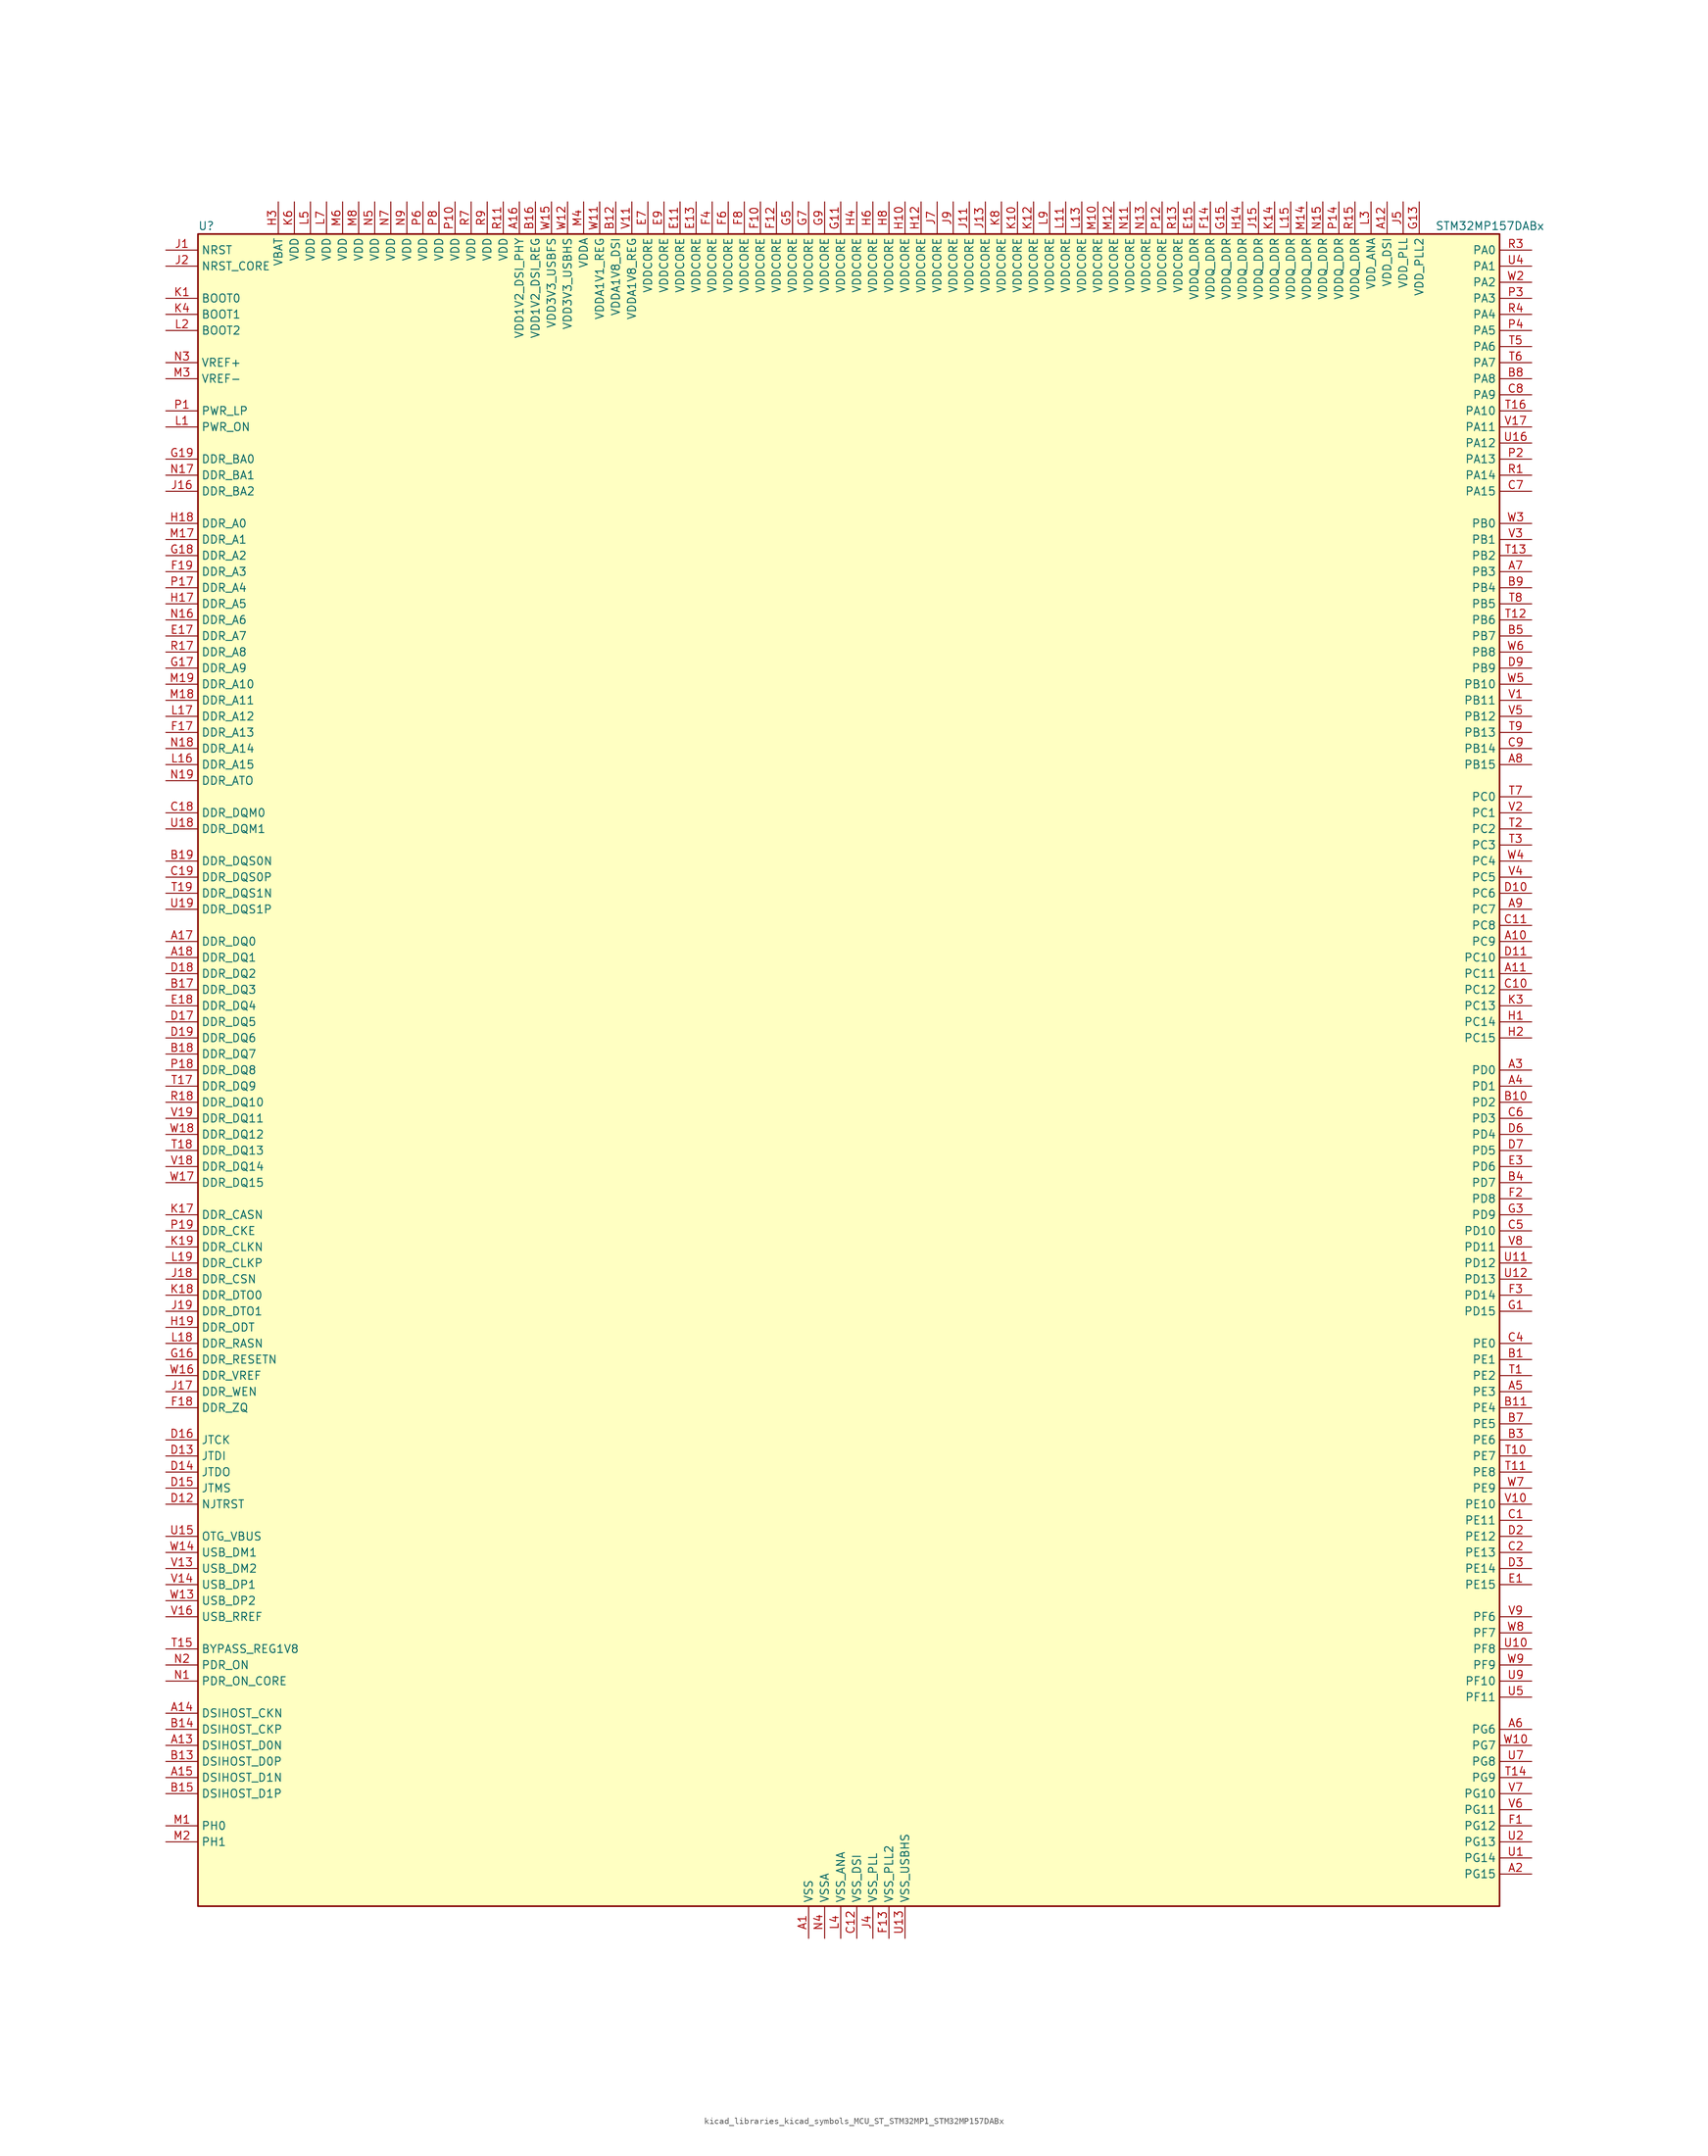
<source format=kicad_sym>
(kicad_symbol_lib
  (version 20220914)
  (generator kicad_symbol_editor)
  (symbol "kicad_libraries_kicad_symbols_MCU_ST_STM32MP1_STM32MP157DABx"
    (property "Reference" "U"
      (at -101.6 133.35 0)
      (effects (font (size 1.27 1.27)) (justify left)))
    (property "Value" "STM32MP157DABx"
      (at 93.98 133.35 0)
      (effects (font (size 1.27 1.27)) (justify left)))
    (property "ki_locked" ""
      (at 0 0 0)
      (effects (font (size 1.27 1.27))))
    (symbol "kicad_libraries_kicad_symbols_MCU_ST_STM32MP1_STM32MP157DABx_0_1"
      (rectangle (start -101.6 -132.08) (end 104.14 132.08) (stroke (width 0.254) (type default)) (fill (type background))))
    (symbol "kicad_libraries_kicad_symbols_MCU_ST_STM32MP1_STM32MP157DABx_1_1"
      (pin power_in line (at -5.08 -137.16 90) (length 5.08) (name "VSS" (effects (font (size 1.27 1.27)))) (number "A1" (effects (font (size 1.27 1.27)))))
      (pin bidirectional line (at 109.22 20.32 180) (length 5.08) (name "PC9" (effects (font (size 1.27 1.27)))) (number "A10" (effects (font (size 1.27 1.27)))) (alternate "DAC1_EXTI9" bidirectional line) (alternate "DCMI_D3" bidirectional line) (alternate "DEBUG_TRACED1" bidirectional line) (alternate "I2C3_SDA" bidirectional line) (alternate "I2S_CKIN" bidirectional line) (alternate "LTDC_B2" bidirectional line) (alternate "QUADSPI_BK1_IO0" bidirectional line) (alternate "SDMMC1_D1" bidirectional line) (alternate "TIM3_CH4" bidirectional line) (alternate "TIM8_CH4" bidirectional line) (alternate "UART5_CTS" bidirectional line))
      (pin bidirectional line (at 109.22 15.24 180) (length 5.08) (name "PC11" (effects (font (size 1.27 1.27)))) (number "A11" (effects (font (size 1.27 1.27)))) (alternate "ADC1_EXTI11" bidirectional line) (alternate "ADC2_EXTI11" bidirectional line) (alternate "DCMI_D4" bidirectional line) (alternate "DEBUG_TRACED3" bidirectional line) (alternate "DFSDM1_DATIN5" bidirectional line) (alternate "I2S3_SDI" bidirectional line) (alternate "QUADSPI_BK2_NCS" bidirectional line) (alternate "SAI4_SCK_B" bidirectional line) (alternate "SDMMC1_D3" bidirectional line) (alternate "SPI3_MISO" bidirectional line) (alternate "UART4_RX" bidirectional line) (alternate "USART3_RX" bidirectional line))
      (pin power_in line (at 86.36 137.16 270) (length 5.08) (name "VDD_DSI" (effects (font (size 1.27 1.27)))) (number "A12" (effects (font (size 1.27 1.27)))))
      (pin bidirectional line (at -106.68 -106.68 0) (length 5.08) (name "DSIHOST_D0N" (effects (font (size 1.27 1.27)))) (number "A13" (effects (font (size 1.27 1.27)))) (alternate "DSIHOST_D0N" bidirectional line))
      (pin bidirectional line (at -106.68 -101.6 0) (length 5.08) (name "DSIHOST_CKN" (effects (font (size 1.27 1.27)))) (number "A14" (effects (font (size 1.27 1.27)))) (alternate "DSIHOST_CKN" bidirectional line))
      (pin bidirectional line (at -106.68 -111.76 0) (length 5.08) (name "DSIHOST_D1N" (effects (font (size 1.27 1.27)))) (number "A15" (effects (font (size 1.27 1.27)))) (alternate "DSIHOST_D1N" bidirectional line))
      (pin power_in line (at -50.8 137.16 270) (length 5.08) (name "VDD1V2_DSI_PHY" (effects (font (size 1.27 1.27)))) (number "A16" (effects (font (size 1.27 1.27)))))
      (pin bidirectional line (at -106.68 20.32 0) (length 5.08) (name "DDR_DQ0" (effects (font (size 1.27 1.27)))) (number "A17" (effects (font (size 1.27 1.27)))) (alternate "DDR_DQ0" bidirectional line))
      (pin bidirectional line (at -106.68 17.78 0) (length 5.08) (name "DDR_DQ1" (effects (font (size 1.27 1.27)))) (number "A18" (effects (font (size 1.27 1.27)))) (alternate "DDR_DQ1" bidirectional line))
      (pin passive line (at -5.08 -137.16 90) (length 5.08) hide (name "VSS" (effects (font (size 1.27 1.27)))) (number "A19" (effects (font (size 1.27 1.27)))))
      (pin bidirectional line (at 109.22 -127 180) (length 5.08) (name "PG15" (effects (font (size 1.27 1.27)))) (number "A2" (effects (font (size 1.27 1.27)))) (alternate "ADC1_EXTI15" bidirectional line) (alternate "ADC2_EXTI15" bidirectional line) (alternate "DCMI_D13" bidirectional line) (alternate "DEBUG_TRACED7" bidirectional line) (alternate "I2C2_SDA" bidirectional line) (alternate "SAI1_D2" bidirectional line) (alternate "SAI1_FS_A" bidirectional line) (alternate "SDMMC3_CK" bidirectional line) (alternate "USART6_CTS" bidirectional line) (alternate "USART6_NSS" bidirectional line))
      (pin bidirectional line (at 109.22 0 180) (length 5.08) (name "PD0" (effects (font (size 1.27 1.27)))) (number "A3" (effects (font (size 1.27 1.27)))) (alternate "DFSDM1_CKIN6" bidirectional line) (alternate "DFSDM1_DATIN7" bidirectional line) (alternate "FDCAN1_RX" bidirectional line) (alternate "FMC_D2" bidirectional line) (alternate "FMC_DA2" bidirectional line) (alternate "I2C5_SDA" bidirectional line) (alternate "I2C6_SDA" bidirectional line) (alternate "SAI3_SCK_A" bidirectional line) (alternate "SDMMC3_CMD" bidirectional line) (alternate "UART4_RX" bidirectional line))
      (pin bidirectional line (at 109.22 -2.54 180) (length 5.08) (name "PD1" (effects (font (size 1.27 1.27)))) (number "A4" (effects (font (size 1.27 1.27)))) (alternate "DFSDM1_CKIN7" bidirectional line) (alternate "DFSDM1_DATIN6" bidirectional line) (alternate "FDCAN1_TX" bidirectional line) (alternate "FMC_D3" bidirectional line) (alternate "FMC_DA3" bidirectional line) (alternate "I2C5_SCL" bidirectional line) (alternate "I2C6_SCL" bidirectional line) (alternate "SAI3_SD_A" bidirectional line) (alternate "SDMMC3_D0" bidirectional line) (alternate "UART4_TX" bidirectional line))
      (pin bidirectional line (at 109.22 -50.8 180) (length 5.08) (name "PE3" (effects (font (size 1.27 1.27)))) (number "A5" (effects (font (size 1.27 1.27)))) (alternate "DEBUG_TRACED0" bidirectional line) (alternate "FMC_A19" bidirectional line) (alternate "SAI1_SD_B" bidirectional line) (alternate "SDMMC2_CK" bidirectional line) (alternate "TIM15_BKIN" bidirectional line))
      (pin bidirectional line (at 109.22 -104.14 180) (length 5.08) (name "PG6" (effects (font (size 1.27 1.27)))) (number "A6" (effects (font (size 1.27 1.27)))) (alternate "DCMI_D12" bidirectional line) (alternate "DEBUG_TRACED14" bidirectional line) (alternate "LTDC_R7" bidirectional line) (alternate "SDMMC2_CMD" bidirectional line) (alternate "TIM17_BKIN" bidirectional line))
      (pin bidirectional line (at 109.22 78.74 180) (length 5.08) (name "PB3" (effects (font (size 1.27 1.27)))) (number "A7" (effects (font (size 1.27 1.27)))) (alternate "DEBUG_TRACED9" bidirectional line) (alternate "I2S1_CK" bidirectional line) (alternate "I2S3_CK" bidirectional line) (alternate "SAI4_CK1" bidirectional line) (alternate "SAI4_MCLK_A" bidirectional line) (alternate "SDMMC2_D2" bidirectional line) (alternate "SPI1_SCK" bidirectional line) (alternate "SPI3_SCK" bidirectional line) (alternate "SPI6_SCK" bidirectional line) (alternate "TIM2_CH2" bidirectional line) (alternate "UART7_RX" bidirectional line))
      (pin bidirectional line (at 109.22 48.26 180) (length 5.08) (name "PB15" (effects (font (size 1.27 1.27)))) (number "A8" (effects (font (size 1.27 1.27)))) (alternate "ADC1_EXTI15" bidirectional line) (alternate "ADC2_EXTI15" bidirectional line) (alternate "DFSDM1_CKIN2" bidirectional line) (alternate "I2S2_SDO" bidirectional line) (alternate "RTC_REFIN" bidirectional line) (alternate "SDMMC2_D1" bidirectional line) (alternate "SPI2_MOSI" bidirectional line) (alternate "TIM12_CH2" bidirectional line) (alternate "TIM1_CH3N" bidirectional line) (alternate "TIM8_CH3N" bidirectional line) (alternate "USART1_RX" bidirectional line))
      (pin bidirectional line (at 109.22 25.4 180) (length 5.08) (name "PC7" (effects (font (size 1.27 1.27)))) (number "A9" (effects (font (size 1.27 1.27)))) (alternate "DCMI_D1" bidirectional line) (alternate "DFSDM1_DATIN3" bidirectional line) (alternate "HDP_HDP4" bidirectional line) (alternate "I2S3_MCK" bidirectional line) (alternate "LTDC_G6" bidirectional line) (alternate "SDMMC1_D123DIR" bidirectional line) (alternate "SDMMC1_D7" bidirectional line) (alternate "SDMMC2_D123DIR" bidirectional line) (alternate "SDMMC2_D7" bidirectional line) (alternate "TIM3_CH2" bidirectional line) (alternate "TIM8_CH2" bidirectional line) (alternate "USART6_RX" bidirectional line))
      (pin bidirectional line (at 109.22 -45.72 180) (length 5.08) (name "PE1" (effects (font (size 1.27 1.27)))) (number "B1" (effects (font (size 1.27 1.27)))) (alternate "DCMI_D3" bidirectional line) (alternate "FMC_NBL1" bidirectional line) (alternate "I2S2_MCK" bidirectional line) (alternate "LPTIM1_IN2" bidirectional line) (alternate "SAI3_SD_B" bidirectional line) (alternate "UART8_TX" bidirectional line))
      (pin bidirectional line (at 109.22 -5.08 180) (length 5.08) (name "PD2" (effects (font (size 1.27 1.27)))) (number "B10" (effects (font (size 1.27 1.27)))) (alternate "DCMI_D11" bidirectional line) (alternate "I2C5_SMBA" bidirectional line) (alternate "SDMMC1_CMD" bidirectional line) (alternate "TIM3_ETR" bidirectional line) (alternate "UART4_RX" bidirectional line) (alternate "UART5_RX" bidirectional line))
      (pin bidirectional line (at 109.22 -53.34 180) (length 5.08) (name "PE4" (effects (font (size 1.27 1.27)))) (number "B11" (effects (font (size 1.27 1.27)))) (alternate "DCMI_D4" bidirectional line) (alternate "DEBUG_TRACED1" bidirectional line) (alternate "DFSDM1_DATIN3" bidirectional line) (alternate "FMC_A20" bidirectional line) (alternate "LTDC_B0" bidirectional line) (alternate "SAI1_D2" bidirectional line) (alternate "SAI1_FS_A" bidirectional line) (alternate "SDMMC1_CKIN" bidirectional line) (alternate "SDMMC1_D4" bidirectional line) (alternate "SDMMC2_CKIN" bidirectional line) (alternate "SDMMC2_D4" bidirectional line) (alternate "SPI4_NSS" bidirectional line) (alternate "TIM15_CH1N" bidirectional line))
      (pin power_in line (at -35.56 137.16 270) (length 5.08) (name "VDDA1V8_DSI" (effects (font (size 1.27 1.27)))) (number "B12" (effects (font (size 1.27 1.27)))))
      (pin bidirectional line (at -106.68 -109.22 0) (length 5.08) (name "DSIHOST_D0P" (effects (font (size 1.27 1.27)))) (number "B13" (effects (font (size 1.27 1.27)))) (alternate "DSIHOST_D0P" bidirectional line))
      (pin bidirectional line (at -106.68 -104.14 0) (length 5.08) (name "DSIHOST_CKP" (effects (font (size 1.27 1.27)))) (number "B14" (effects (font (size 1.27 1.27)))) (alternate "DSIHOST_CKP" bidirectional line))
      (pin bidirectional line (at -106.68 -114.3 0) (length 5.08) (name "DSIHOST_D1P" (effects (font (size 1.27 1.27)))) (number "B15" (effects (font (size 1.27 1.27)))) (alternate "DSIHOST_D1P" bidirectional line))
      (pin power_in line (at -48.26 137.16 270) (length 5.08) (name "VDD1V2_DSI_REG" (effects (font (size 1.27 1.27)))) (number "B16" (effects (font (size 1.27 1.27)))))
      (pin bidirectional line (at -106.68 12.7 0) (length 5.08) (name "DDR_DQ3" (effects (font (size 1.27 1.27)))) (number "B17" (effects (font (size 1.27 1.27)))) (alternate "DDR_DQ3" bidirectional line))
      (pin bidirectional line (at -106.68 2.54 0) (length 5.08) (name "DDR_DQ7" (effects (font (size 1.27 1.27)))) (number "B18" (effects (font (size 1.27 1.27)))) (alternate "DDR_DQ7" bidirectional line))
      (pin bidirectional line (at -106.68 33.02 0) (length 5.08) (name "DDR_DQS0N" (effects (font (size 1.27 1.27)))) (number "B19" (effects (font (size 1.27 1.27)))) (alternate "DDR_DQS0N" bidirectional line))
      (pin passive line (at -5.08 -137.16 90) (length 5.08) hide (name "VSS" (effects (font (size 1.27 1.27)))) (number "B2" (effects (font (size 1.27 1.27)))))
      (pin bidirectional line (at 109.22 -58.42 180) (length 5.08) (name "PE6" (effects (font (size 1.27 1.27)))) (number "B3" (effects (font (size 1.27 1.27)))) (alternate "DCMI_D7" bidirectional line) (alternate "DEBUG_TRACED2" bidirectional line) (alternate "FMC_A22" bidirectional line) (alternate "LTDC_G1" bidirectional line) (alternate "SAI1_D1" bidirectional line) (alternate "SAI1_SD_A" bidirectional line) (alternate "SAI2_MCLK_B" bidirectional line) (alternate "SDMMC1_D2" bidirectional line) (alternate "SDMMC2_D0" bidirectional line) (alternate "SPI4_MOSI" bidirectional line) (alternate "TIM15_CH2" bidirectional line) (alternate "TIM1_BKIN2" bidirectional line))
      (pin bidirectional line (at 109.22 -17.78 180) (length 5.08) (name "PD7" (effects (font (size 1.27 1.27)))) (number "B4" (effects (font (size 1.27 1.27)))) (alternate "DEBUG_TRACED6" bidirectional line) (alternate "DFSDM1_CKIN1" bidirectional line) (alternate "DFSDM1_DATIN4" bidirectional line) (alternate "FMC_NE1" bidirectional line) (alternate "I2C2_SCL" bidirectional line) (alternate "SDMMC3_D3" bidirectional line) (alternate "SPDIFRX_IN0" bidirectional line) (alternate "USART2_CK" bidirectional line))
      (pin bidirectional line (at 109.22 68.58 180) (length 5.08) (name "PB7" (effects (font (size 1.27 1.27)))) (number "B5" (effects (font (size 1.27 1.27)))) (alternate "DCMI_VSYNC" bidirectional line) (alternate "DFSDM1_CKIN5" bidirectional line) (alternate "FMC_NL" bidirectional line) (alternate "I2C1_SDA" bidirectional line) (alternate "I2C4_SDA" bidirectional line) (alternate "SDMMC2_D1" bidirectional line) (alternate "TIM17_CH1N" bidirectional line) (alternate "TIM4_CH2" bidirectional line) (alternate "USART1_RX" bidirectional line))
      (pin passive line (at -5.08 -137.16 90) (length 5.08) hide (name "VSS" (effects (font (size 1.27 1.27)))) (number "B6" (effects (font (size 1.27 1.27)))))
      (pin bidirectional line (at 109.22 -55.88 180) (length 5.08) (name "PE5" (effects (font (size 1.27 1.27)))) (number "B7" (effects (font (size 1.27 1.27)))) (alternate "DCMI_D6" bidirectional line) (alternate "DEBUG_TRACED3" bidirectional line) (alternate "DFSDM1_CKIN3" bidirectional line) (alternate "FMC_A21" bidirectional line) (alternate "LTDC_G0" bidirectional line) (alternate "SAI1_CK2" bidirectional line) (alternate "SAI1_SCK_A" bidirectional line) (alternate "SDMMC1_D0DIR" bidirectional line) (alternate "SDMMC1_D6" bidirectional line) (alternate "SDMMC2_D0DIR" bidirectional line) (alternate "SDMMC2_D6" bidirectional line) (alternate "SPI4_MISO" bidirectional line) (alternate "TIM15_CH1" bidirectional line))
      (pin bidirectional line (at 109.22 109.22 180) (length 5.08) (name "PA8" (effects (font (size 1.27 1.27)))) (number "B8" (effects (font (size 1.27 1.27)))) (alternate "I2C3_SCL" bidirectional line) (alternate "I2S3_SDO" bidirectional line) (alternate "LTDC_R6" bidirectional line) (alternate "RCC_MCO_1" bidirectional line) (alternate "SAI4_SD_B" bidirectional line) (alternate "SDMMC2_CKIN" bidirectional line) (alternate "SDMMC2_D4" bidirectional line) (alternate "SPI3_MOSI" bidirectional line) (alternate "TIM1_CH1" bidirectional line) (alternate "TIM8_BKIN2" bidirectional line) (alternate "UART7_RX" bidirectional line) (alternate "USART1_CK" bidirectional line) (alternate "USB_OTG_HS_SOF" bidirectional line))
      (pin bidirectional line (at 109.22 76.2 180) (length 5.08) (name "PB4" (effects (font (size 1.27 1.27)))) (number "B9" (effects (font (size 1.27 1.27)))) (alternate "DEBUG_TRACED8" bidirectional line) (alternate "I2S1_SDI" bidirectional line) (alternate "I2S2_WS" bidirectional line) (alternate "I2S3_SDI" bidirectional line) (alternate "SAI4_CK2" bidirectional line) (alternate "SAI4_SCK_A" bidirectional line) (alternate "SDMMC2_D3" bidirectional line) (alternate "SPI1_MISO" bidirectional line) (alternate "SPI2_NSS" bidirectional line) (alternate "SPI3_MISO" bidirectional line) (alternate "SPI6_MISO" bidirectional line) (alternate "TIM16_BKIN" bidirectional line) (alternate "TIM3_CH1" bidirectional line) (alternate "UART7_TX" bidirectional line))
      (pin bidirectional line (at 109.22 -71.12 180) (length 5.08) (name "PE11" (effects (font (size 1.27 1.27)))) (number "C1" (effects (font (size 1.27 1.27)))) (alternate "ADC1_EXTI11" bidirectional line) (alternate "ADC2_EXTI11" bidirectional line) (alternate "DCMI_D4" bidirectional line) (alternate "DFSDM1_CKIN4" bidirectional line) (alternate "FMC_D8" bidirectional line) (alternate "FMC_DA8" bidirectional line) (alternate "LTDC_G3" bidirectional line) (alternate "SAI2_SD_B" bidirectional line) (alternate "SPI4_NSS" bidirectional line) (alternate "TIM1_CH2" bidirectional line) (alternate "USART6_CK" bidirectional line))
      (pin bidirectional line (at 109.22 12.7 180) (length 5.08) (name "PC12" (effects (font (size 1.27 1.27)))) (number "C10" (effects (font (size 1.27 1.27)))) (alternate "DCMI_D9" bidirectional line) (alternate "DEBUG_TRACECLK" bidirectional line) (alternate "I2S3_SDO" bidirectional line) (alternate "RCC_MCO_2" bidirectional line) (alternate "SAI4_D3" bidirectional line) (alternate "SAI4_SD_B" bidirectional line) (alternate "SDMMC1_CK" bidirectional line) (alternate "SPI3_MOSI" bidirectional line) (alternate "UART5_TX" bidirectional line) (alternate "USART3_CK" bidirectional line))
      (pin bidirectional line (at 109.22 22.86 180) (length 5.08) (name "PC8" (effects (font (size 1.27 1.27)))) (number "C11" (effects (font (size 1.27 1.27)))) (alternate "DCMI_D2" bidirectional line) (alternate "DEBUG_TRACED0" bidirectional line) (alternate "SDMMC1_D0" bidirectional line) (alternate "TIM3_CH3" bidirectional line) (alternate "TIM8_CH3" bidirectional line) (alternate "UART4_TX" bidirectional line) (alternate "UART5_DE" bidirectional line) (alternate "UART5_RTS" bidirectional line) (alternate "USART6_CK" bidirectional line))
      (pin power_in line (at 2.54 -137.16 90) (length 5.08) (name "VSS_DSI" (effects (font (size 1.27 1.27)))) (number "C12" (effects (font (size 1.27 1.27)))))
      (pin passive line (at 2.54 -137.16 90) (length 5.08) hide (name "VSS_DSI" (effects (font (size 1.27 1.27)))) (number "C13" (effects (font (size 1.27 1.27)))))
      (pin passive line (at 2.54 -137.16 90) (length 5.08) hide (name "VSS_DSI" (effects (font (size 1.27 1.27)))) (number "C14" (effects (font (size 1.27 1.27)))))
      (pin passive line (at 2.54 -137.16 90) (length 5.08) hide (name "VSS_DSI" (effects (font (size 1.27 1.27)))) (number "C15" (effects (font (size 1.27 1.27)))))
      (pin passive line (at 2.54 -137.16 90) (length 5.08) hide (name "VSS_DSI" (effects (font (size 1.27 1.27)))) (number "C16" (effects (font (size 1.27 1.27)))))
      (pin passive line (at -5.08 -137.16 90) (length 5.08) hide (name "VSS" (effects (font (size 1.27 1.27)))) (number "C17" (effects (font (size 1.27 1.27)))))
      (pin bidirectional line (at -106.68 40.64 0) (length 5.08) (name "DDR_DQM0" (effects (font (size 1.27 1.27)))) (number "C18" (effects (font (size 1.27 1.27)))) (alternate "DDR_DQM0" bidirectional line))
      (pin bidirectional line (at -106.68 30.48 0) (length 5.08) (name "DDR_DQS0P" (effects (font (size 1.27 1.27)))) (number "C19" (effects (font (size 1.27 1.27)))) (alternate "DDR_DQS0P" bidirectional line))
      (pin bidirectional line (at 109.22 -76.2 180) (length 5.08) (name "PE13" (effects (font (size 1.27 1.27)))) (number "C2" (effects (font (size 1.27 1.27)))) (alternate "DCMI_D6" bidirectional line) (alternate "DFSDM1_CKIN5" bidirectional line) (alternate "FMC_D10" bidirectional line) (alternate "FMC_DA10" bidirectional line) (alternate "HDP_HDP2" bidirectional line) (alternate "LTDC_DE" bidirectional line) (alternate "SAI2_FS_B" bidirectional line) (alternate "SPI4_MISO" bidirectional line) (alternate "TIM1_CH3" bidirectional line))
      (pin passive line (at -5.08 -137.16 90) (length 5.08) hide (name "VSS" (effects (font (size 1.27 1.27)))) (number "C3" (effects (font (size 1.27 1.27)))))
      (pin bidirectional line (at 109.22 -43.18 180) (length 5.08) (name "PE0" (effects (font (size 1.27 1.27)))) (number "C4" (effects (font (size 1.27 1.27)))) (alternate "DCMI_D2" bidirectional line) (alternate "FMC_NBL0" bidirectional line) (alternate "I2S3_CK" bidirectional line) (alternate "LPTIM1_ETR" bidirectional line) (alternate "LPTIM2_ETR" bidirectional line) (alternate "SAI2_MCLK_A" bidirectional line) (alternate "SAI4_MCLK_B" bidirectional line) (alternate "SPI3_SCK" bidirectional line) (alternate "TIM4_ETR" bidirectional line) (alternate "UART8_RX" bidirectional line))
      (pin bidirectional line (at 109.22 -25.4 180) (length 5.08) (name "PD10" (effects (font (size 1.27 1.27)))) (number "C5" (effects (font (size 1.27 1.27)))) (alternate "DFSDM1_CKOUT" bidirectional line) (alternate "FMC_D15" bidirectional line) (alternate "FMC_DA15" bidirectional line) (alternate "I2C5_SMBA" bidirectional line) (alternate "I2S3_SDI" bidirectional line) (alternate "LTDC_B3" bidirectional line) (alternate "RTC_REFIN" bidirectional line) (alternate "SAI3_FS_B" bidirectional line) (alternate "SPI3_MISO" bidirectional line) (alternate "TIM16_BKIN" bidirectional line) (alternate "USART3_CK" bidirectional line))
      (pin bidirectional line (at 109.22 -7.62 180) (length 5.08) (name "PD3" (effects (font (size 1.27 1.27)))) (number "C6" (effects (font (size 1.27 1.27)))) (alternate "DCMI_D5" bidirectional line) (alternate "DFSDM1_CKOUT" bidirectional line) (alternate "DFSDM1_DATIN0" bidirectional line) (alternate "FMC_CLK" bidirectional line) (alternate "HDP_HDP5" bidirectional line) (alternate "I2S2_CK" bidirectional line) (alternate "LTDC_G7" bidirectional line) (alternate "SDMMC1_D123DIR" bidirectional line) (alternate "SDMMC1_D7" bidirectional line) (alternate "SDMMC2_D123DIR" bidirectional line) (alternate "SDMMC2_D7" bidirectional line) (alternate "SPI2_SCK" bidirectional line) (alternate "USART2_CTS" bidirectional line) (alternate "USART2_NSS" bidirectional line))
      (pin bidirectional line (at 109.22 91.44 180) (length 5.08) (name "PA15" (effects (font (size 1.27 1.27)))) (number "C7" (effects (font (size 1.27 1.27)))) (alternate "ADC1_EXTI15" bidirectional line) (alternate "ADC2_EXTI15" bidirectional line) (alternate "CEC" bidirectional line) (alternate "DEBUG_DBTRGI" bidirectional line) (alternate "I2S1_WS" bidirectional line) (alternate "I2S3_WS" bidirectional line) (alternate "LTDC_R1" bidirectional line) (alternate "SAI4_D2" bidirectional line) (alternate "SAI4_FS_A" bidirectional line) (alternate "SDMMC1_CDIR" bidirectional line) (alternate "SDMMC1_D5" bidirectional line) (alternate "SDMMC2_CDIR" bidirectional line) (alternate "SDMMC2_D5" bidirectional line) (alternate "SPI1_NSS" bidirectional line) (alternate "SPI3_NSS" bidirectional line) (alternate "SPI6_NSS" bidirectional line) (alternate "TIM2_CH1" bidirectional line) (alternate "TIM2_ETR" bidirectional line) (alternate "UART4_DE" bidirectional line) (alternate "UART4_RTS" bidirectional line) (alternate "UART7_TX" bidirectional line))
      (pin bidirectional line (at 109.22 106.68 180) (length 5.08) (name "PA9" (effects (font (size 1.27 1.27)))) (number "C8" (effects (font (size 1.27 1.27)))) (alternate "DAC1_EXTI9" bidirectional line) (alternate "DCMI_D0" bidirectional line) (alternate "I2C3_SMBA" bidirectional line) (alternate "I2S2_CK" bidirectional line) (alternate "LTDC_R5" bidirectional line) (alternate "SDMMC2_CDIR" bidirectional line) (alternate "SDMMC2_D5" bidirectional line) (alternate "SPI2_SCK" bidirectional line) (alternate "TIM1_CH2" bidirectional line) (alternate "USART1_TX" bidirectional line))
      (pin bidirectional line (at 109.22 50.8 180) (length 5.08) (name "PB14" (effects (font (size 1.27 1.27)))) (number "C9" (effects (font (size 1.27 1.27)))) (alternate "DFSDM1_DATIN2" bidirectional line) (alternate "I2S2_SDI" bidirectional line) (alternate "SDMMC2_D0" bidirectional line) (alternate "SPI2_MISO" bidirectional line) (alternate "TIM12_CH1" bidirectional line) (alternate "TIM1_CH2N" bidirectional line) (alternate "TIM8_CH2N" bidirectional line) (alternate "USART1_TX" bidirectional line) (alternate "USART3_DE" bidirectional line) (alternate "USART3_RTS" bidirectional line))
      (pin passive line (at -5.08 -137.16 90) (length 5.08) hide (name "VSS" (effects (font (size 1.27 1.27)))) (number "D1" (effects (font (size 1.27 1.27)))))
      (pin bidirectional line (at 109.22 27.94 180) (length 5.08) (name "PC6" (effects (font (size 1.27 1.27)))) (number "D10" (effects (font (size 1.27 1.27)))) (alternate "DCMI_D0" bidirectional line) (alternate "DFSDM1_CKIN3" bidirectional line) (alternate "DSIHOST_TE" bidirectional line) (alternate "HDP_HDP1" bidirectional line) (alternate "I2S2_MCK" bidirectional line) (alternate "LTDC_HSYNC" bidirectional line) (alternate "SDMMC1_D0DIR" bidirectional line) (alternate "SDMMC1_D6" bidirectional line) (alternate "SDMMC2_D0DIR" bidirectional line) (alternate "SDMMC2_D6" bidirectional line) (alternate "TIM3_CH1" bidirectional line) (alternate "TIM8_CH1" bidirectional line) (alternate "USART6_TX" bidirectional line))
      (pin bidirectional line (at 109.22 17.78 180) (length 5.08) (name "PC10" (effects (font (size 1.27 1.27)))) (number "D11" (effects (font (size 1.27 1.27)))) (alternate "DCMI_D8" bidirectional line) (alternate "DEBUG_TRACED2" bidirectional line) (alternate "DFSDM1_CKIN5" bidirectional line) (alternate "I2S3_CK" bidirectional line) (alternate "LTDC_R2" bidirectional line) (alternate "QUADSPI_BK1_IO1" bidirectional line) (alternate "SAI4_MCLK_B" bidirectional line) (alternate "SDMMC1_D2" bidirectional line) (alternate "SPI3_SCK" bidirectional line) (alternate "UART4_TX" bidirectional line) (alternate "USART3_TX" bidirectional line))
      (pin bidirectional line (at -106.68 -68.58 0) (length 5.08) (name "NJTRST" (effects (font (size 1.27 1.27)))) (number "D12" (effects (font (size 1.27 1.27)))) (alternate "DEBUG_JTRST" bidirectional line))
      (pin bidirectional line (at -106.68 -60.96 0) (length 5.08) (name "JTDI" (effects (font (size 1.27 1.27)))) (number "D13" (effects (font (size 1.27 1.27)))) (alternate "DEBUG_JTDI" bidirectional line))
      (pin bidirectional line (at -106.68 -63.5 0) (length 5.08) (name "JTDO" (effects (font (size 1.27 1.27)))) (number "D14" (effects (font (size 1.27 1.27)))) (alternate "DEBUG_JTDO-SWO" bidirectional line))
      (pin bidirectional line (at -106.68 -66.04 0) (length 5.08) (name "JTMS" (effects (font (size 1.27 1.27)))) (number "D15" (effects (font (size 1.27 1.27)))) (alternate "DEBUG_JTMS-SWDIO" bidirectional line))
      (pin bidirectional line (at -106.68 -58.42 0) (length 5.08) (name "JTCK" (effects (font (size 1.27 1.27)))) (number "D16" (effects (font (size 1.27 1.27)))) (alternate "DEBUG_JTCK-SWCLK" bidirectional line))
      (pin bidirectional line (at -106.68 7.62 0) (length 5.08) (name "DDR_DQ5" (effects (font (size 1.27 1.27)))) (number "D17" (effects (font (size 1.27 1.27)))) (alternate "DDR_DQ5" bidirectional line))
      (pin bidirectional line (at -106.68 15.24 0) (length 5.08) (name "DDR_DQ2" (effects (font (size 1.27 1.27)))) (number "D18" (effects (font (size 1.27 1.27)))) (alternate "DDR_DQ2" bidirectional line))
      (pin bidirectional line (at -106.68 5.08 0) (length 5.08) (name "DDR_DQ6" (effects (font (size 1.27 1.27)))) (number "D19" (effects (font (size 1.27 1.27)))) (alternate "DDR_DQ6" bidirectional line))
      (pin bidirectional line (at 109.22 -73.66 180) (length 5.08) (name "PE12" (effects (font (size 1.27 1.27)))) (number "D2" (effects (font (size 1.27 1.27)))) (alternate "DFSDM1_DATIN5" bidirectional line) (alternate "FMC_D9" bidirectional line) (alternate "FMC_DA9" bidirectional line) (alternate "LTDC_B4" bidirectional line) (alternate "SAI2_SCK_B" bidirectional line) (alternate "SDMMC1_D0DIR" bidirectional line) (alternate "SPI4_SCK" bidirectional line) (alternate "TIM1_CH3N" bidirectional line))
      (pin bidirectional line (at 109.22 -78.74 180) (length 5.08) (name "PE14" (effects (font (size 1.27 1.27)))) (number "D3" (effects (font (size 1.27 1.27)))) (alternate "FMC_D11" bidirectional line) (alternate "FMC_DA11" bidirectional line) (alternate "LTDC_CLK" bidirectional line) (alternate "LTDC_G0" bidirectional line) (alternate "SAI2_MCLK_B" bidirectional line) (alternate "SDMMC1_D123DIR" bidirectional line) (alternate "SPI4_MOSI" bidirectional line) (alternate "TIM1_CH4" bidirectional line) (alternate "UART8_DE" bidirectional line) (alternate "UART8_RTS" bidirectional line))
      (pin passive line (at -5.08 -137.16 90) (length 5.08) hide (name "VSS" (effects (font (size 1.27 1.27)))) (number "D4" (effects (font (size 1.27 1.27)))))
      (pin passive line (at -5.08 -137.16 90) (length 5.08) hide (name "VSS" (effects (font (size 1.27 1.27)))) (number "D5" (effects (font (size 1.27 1.27)))))
      (pin bidirectional line (at 109.22 -10.16 180) (length 5.08) (name "PD4" (effects (font (size 1.27 1.27)))) (number "D6" (effects (font (size 1.27 1.27)))) (alternate "DFSDM1_CKIN0" bidirectional line) (alternate "FMC_NOE" bidirectional line) (alternate "SAI3_FS_A" bidirectional line) (alternate "SDMMC3_D1" bidirectional line) (alternate "USART2_DE" bidirectional line) (alternate "USART2_RTS" bidirectional line))
      (pin bidirectional line (at 109.22 -12.7 180) (length 5.08) (name "PD5" (effects (font (size 1.27 1.27)))) (number "D7" (effects (font (size 1.27 1.27)))) (alternate "FMC_NWE" bidirectional line) (alternate "SDMMC3_D2" bidirectional line) (alternate "USART2_TX" bidirectional line))
      (pin passive line (at -5.08 -137.16 90) (length 5.08) hide (name "VSS" (effects (font (size 1.27 1.27)))) (number "D8" (effects (font (size 1.27 1.27)))))
      (pin bidirectional line (at 109.22 63.5 180) (length 5.08) (name "PB9" (effects (font (size 1.27 1.27)))) (number "D9" (effects (font (size 1.27 1.27)))) (alternate "DAC1_EXTI9" bidirectional line) (alternate "DCMI_D7" bidirectional line) (alternate "DFSDM1_DATIN7" bidirectional line) (alternate "FDCAN1_TX" bidirectional line) (alternate "HDP_HDP7" bidirectional line) (alternate "I2C1_SDA" bidirectional line) (alternate "I2C4_SDA" bidirectional line) (alternate "I2S2_WS" bidirectional line) (alternate "LTDC_B7" bidirectional line) (alternate "SDMMC1_CDIR" bidirectional line) (alternate "SDMMC1_D5" bidirectional line) (alternate "SDMMC2_CDIR" bidirectional line) (alternate "SDMMC2_D5" bidirectional line) (alternate "SPI2_NSS" bidirectional line) (alternate "TIM17_CH1" bidirectional line) (alternate "TIM4_CH4" bidirectional line) (alternate "UART4_TX" bidirectional line))
      (pin bidirectional line (at 109.22 -81.28 180) (length 5.08) (name "PE15" (effects (font (size 1.27 1.27)))) (number "E1" (effects (font (size 1.27 1.27)))) (alternate "ADC1_EXTI15" bidirectional line) (alternate "ADC2_EXTI15" bidirectional line) (alternate "FMC_D12" bidirectional line) (alternate "FMC_DA12" bidirectional line) (alternate "FMC_NCE2" bidirectional line) (alternate "HDP_HDP3" bidirectional line) (alternate "LTDC_R7" bidirectional line) (alternate "TIM15_BKIN" bidirectional line) (alternate "TIM1_BKIN" bidirectional line) (alternate "UART8_CTS" bidirectional line) (alternate "USART2_CTS" bidirectional line) (alternate "USART2_NSS" bidirectional line))
      (pin passive line (at -5.08 -137.16 90) (length 5.08) hide (name "VSS" (effects (font (size 1.27 1.27)))) (number "E10" (effects (font (size 1.27 1.27)))))
      (pin power_in line (at -25.4 137.16 270) (length 5.08) (name "VDDCORE" (effects (font (size 1.27 1.27)))) (number "E11" (effects (font (size 1.27 1.27)))))
      (pin passive line (at -5.08 -137.16 90) (length 5.08) hide (name "VSS" (effects (font (size 1.27 1.27)))) (number "E12" (effects (font (size 1.27 1.27)))))
      (pin power_in line (at -22.86 137.16 270) (length 5.08) (name "VDDCORE" (effects (font (size 1.27 1.27)))) (number "E13" (effects (font (size 1.27 1.27)))))
      (pin passive line (at -5.08 -137.16 90) (length 5.08) hide (name "VSS" (effects (font (size 1.27 1.27)))) (number "E14" (effects (font (size 1.27 1.27)))))
      (pin power_in line (at 55.88 137.16 270) (length 5.08) (name "VDDQ_DDR" (effects (font (size 1.27 1.27)))) (number "E15" (effects (font (size 1.27 1.27)))))
      (pin passive line (at -5.08 -137.16 90) (length 5.08) hide (name "VSS" (effects (font (size 1.27 1.27)))) (number "E16" (effects (font (size 1.27 1.27)))))
      (pin bidirectional line (at -106.68 68.58 0) (length 5.08) (name "DDR_A7" (effects (font (size 1.27 1.27)))) (number "E17" (effects (font (size 1.27 1.27)))) (alternate "DDR_A7" bidirectional line))
      (pin bidirectional line (at -106.68 10.16 0) (length 5.08) (name "DDR_DQ4" (effects (font (size 1.27 1.27)))) (number "E18" (effects (font (size 1.27 1.27)))) (alternate "DDR_DQ4" bidirectional line))
      (pin passive line (at -5.08 -137.16 90) (length 5.08) hide (name "VSS" (effects (font (size 1.27 1.27)))) (number "E2" (effects (font (size 1.27 1.27)))))
      (pin bidirectional line (at 109.22 -15.24 180) (length 5.08) (name "PD6" (effects (font (size 1.27 1.27)))) (number "E3" (effects (font (size 1.27 1.27)))) (alternate "DCMI_D10" bidirectional line) (alternate "DFSDM1_CKIN4" bidirectional line) (alternate "DFSDM1_DATIN1" bidirectional line) (alternate "FMC_NWAIT" bidirectional line) (alternate "I2S3_SDO" bidirectional line) (alternate "LTDC_B2" bidirectional line) (alternate "SAI1_D1" bidirectional line) (alternate "SAI1_SD_A" bidirectional line) (alternate "SPI3_MOSI" bidirectional line) (alternate "TIM16_CH1N" bidirectional line) (alternate "USART2_RX" bidirectional line))
      (pin passive line (at -5.08 -137.16 90) (length 5.08) hide (name "VSS" (effects (font (size 1.27 1.27)))) (number "E4" (effects (font (size 1.27 1.27)))))
      (pin passive line (at -5.08 -137.16 90) (length 5.08) hide (name "VSS" (effects (font (size 1.27 1.27)))) (number "E5" (effects (font (size 1.27 1.27)))))
      (pin passive line (at -5.08 -137.16 90) (length 5.08) hide (name "VSS" (effects (font (size 1.27 1.27)))) (number "E6" (effects (font (size 1.27 1.27)))))
      (pin power_in line (at -30.48 137.16 270) (length 5.08) (name "VDDCORE" (effects (font (size 1.27 1.27)))) (number "E7" (effects (font (size 1.27 1.27)))))
      (pin passive line (at -5.08 -137.16 90) (length 5.08) hide (name "VSS" (effects (font (size 1.27 1.27)))) (number "E8" (effects (font (size 1.27 1.27)))))
      (pin power_in line (at -27.94 137.16 270) (length 5.08) (name "VDDCORE" (effects (font (size 1.27 1.27)))) (number "E9" (effects (font (size 1.27 1.27)))))
      (pin bidirectional line (at 109.22 -119.38 180) (length 5.08) (name "PG12" (effects (font (size 1.27 1.27)))) (number "F1" (effects (font (size 1.27 1.27)))) (alternate "ETH1_PHY_INTN" bidirectional line) (alternate "FMC_NE4" bidirectional line) (alternate "LPTIM1_IN1" bidirectional line) (alternate "LTDC_B1" bidirectional line) (alternate "LTDC_B4" bidirectional line) (alternate "SAI4_CK2" bidirectional line) (alternate "SAI4_SCK_A" bidirectional line) (alternate "SPDIFRX_IN1" bidirectional line) (alternate "SPI6_MISO" bidirectional line) (alternate "USART6_DE" bidirectional line) (alternate "USART6_RTS" bidirectional line))
      (pin power_in line (at -12.7 137.16 270) (length 5.08) (name "VDDCORE" (effects (font (size 1.27 1.27)))) (number "F10" (effects (font (size 1.27 1.27)))))
      (pin passive line (at -5.08 -137.16 90) (length 5.08) hide (name "VSS" (effects (font (size 1.27 1.27)))) (number "F11" (effects (font (size 1.27 1.27)))))
      (pin power_in line (at -10.16 137.16 270) (length 5.08) (name "VDDCORE" (effects (font (size 1.27 1.27)))) (number "F12" (effects (font (size 1.27 1.27)))))
      (pin power_in line (at 7.62 -137.16 90) (length 5.08) (name "VSS_PLL2" (effects (font (size 1.27 1.27)))) (number "F13" (effects (font (size 1.27 1.27)))))
      (pin power_in line (at 58.42 137.16 270) (length 5.08) (name "VDDQ_DDR" (effects (font (size 1.27 1.27)))) (number "F14" (effects (font (size 1.27 1.27)))))
      (pin passive line (at -5.08 -137.16 90) (length 5.08) hide (name "VSS" (effects (font (size 1.27 1.27)))) (number "F15" (effects (font (size 1.27 1.27)))))
      (pin bidirectional line (at -106.68 53.34 0) (length 5.08) (name "DDR_A13" (effects (font (size 1.27 1.27)))) (number "F17" (effects (font (size 1.27 1.27)))) (alternate "DDR_A13" bidirectional line))
      (pin bidirectional line (at -106.68 -53.34 0) (length 5.08) (name "DDR_ZQ" (effects (font (size 1.27 1.27)))) (number "F18" (effects (font (size 1.27 1.27)))) (alternate "DDR_ZQ" bidirectional line))
      (pin bidirectional line (at -106.68 78.74 0) (length 5.08) (name "DDR_A3" (effects (font (size 1.27 1.27)))) (number "F19" (effects (font (size 1.27 1.27)))) (alternate "DDR_A3" bidirectional line))
      (pin bidirectional line (at 109.22 -20.32 180) (length 5.08) (name "PD8" (effects (font (size 1.27 1.27)))) (number "F2" (effects (font (size 1.27 1.27)))) (alternate "DFSDM1_CKIN3" bidirectional line) (alternate "FMC_D13" bidirectional line) (alternate "FMC_DA13" bidirectional line) (alternate "LTDC_B7" bidirectional line) (alternate "SAI3_SCK_B" bidirectional line) (alternate "SPDIFRX_IN1" bidirectional line) (alternate "USART3_TX" bidirectional line))
      (pin bidirectional line (at 109.22 -35.56 180) (length 5.08) (name "PD14" (effects (font (size 1.27 1.27)))) (number "F3" (effects (font (size 1.27 1.27)))) (alternate "FMC_D0" bidirectional line) (alternate "FMC_DA0" bidirectional line) (alternate "SAI3_MCLK_B" bidirectional line) (alternate "TIM4_CH3" bidirectional line) (alternate "UART8_CTS" bidirectional line))
      (pin power_in line (at -20.32 137.16 270) (length 5.08) (name "VDDCORE" (effects (font (size 1.27 1.27)))) (number "F4" (effects (font (size 1.27 1.27)))))
      (pin passive line (at -5.08 -137.16 90) (length 5.08) hide (name "VSS" (effects (font (size 1.27 1.27)))) (number "F5" (effects (font (size 1.27 1.27)))))
      (pin power_in line (at -17.78 137.16 270) (length 5.08) (name "VDDCORE" (effects (font (size 1.27 1.27)))) (number "F6" (effects (font (size 1.27 1.27)))))
      (pin passive line (at -5.08 -137.16 90) (length 5.08) hide (name "VSS" (effects (font (size 1.27 1.27)))) (number "F7" (effects (font (size 1.27 1.27)))))
      (pin power_in line (at -15.24 137.16 270) (length 5.08) (name "VDDCORE" (effects (font (size 1.27 1.27)))) (number "F8" (effects (font (size 1.27 1.27)))))
      (pin passive line (at -5.08 -137.16 90) (length 5.08) hide (name "VSS" (effects (font (size 1.27 1.27)))) (number "F9" (effects (font (size 1.27 1.27)))))
      (pin bidirectional line (at 109.22 -38.1 180) (length 5.08) (name "PD15" (effects (font (size 1.27 1.27)))) (number "G1" (effects (font (size 1.27 1.27)))) (alternate "ADC1_EXTI15" bidirectional line) (alternate "ADC2_EXTI15" bidirectional line) (alternate "FMC_D1" bidirectional line) (alternate "FMC_DA1" bidirectional line) (alternate "LTDC_R1" bidirectional line) (alternate "SAI3_MCLK_A" bidirectional line) (alternate "TIM4_CH4" bidirectional line) (alternate "UART8_CTS" bidirectional line))
      (pin passive line (at -5.08 -137.16 90) (length 5.08) hide (name "VSS" (effects (font (size 1.27 1.27)))) (number "G10" (effects (font (size 1.27 1.27)))))
      (pin power_in line (at 0 137.16 270) (length 5.08) (name "VDDCORE" (effects (font (size 1.27 1.27)))) (number "G11" (effects (font (size 1.27 1.27)))))
      (pin passive line (at -5.08 -137.16 90) (length 5.08) hide (name "VSS" (effects (font (size 1.27 1.27)))) (number "G12" (effects (font (size 1.27 1.27)))))
      (pin power_in line (at 91.44 137.16 270) (length 5.08) (name "VDD_PLL2" (effects (font (size 1.27 1.27)))) (number "G13" (effects (font (size 1.27 1.27)))))
      (pin passive line (at -5.08 -137.16 90) (length 5.08) hide (name "VSS" (effects (font (size 1.27 1.27)))) (number "G14" (effects (font (size 1.27 1.27)))))
      (pin power_in line (at 60.96 137.16 270) (length 5.08) (name "VDDQ_DDR" (effects (font (size 1.27 1.27)))) (number "G15" (effects (font (size 1.27 1.27)))))
      (pin bidirectional line (at -106.68 -45.72 0) (length 5.08) (name "DDR_RESETN" (effects (font (size 1.27 1.27)))) (number "G16" (effects (font (size 1.27 1.27)))) (alternate "DDR_RESETN" bidirectional line))
      (pin bidirectional line (at -106.68 63.5 0) (length 5.08) (name "DDR_A9" (effects (font (size 1.27 1.27)))) (number "G17" (effects (font (size 1.27 1.27)))) (alternate "DDR_A9" bidirectional line))
      (pin bidirectional line (at -106.68 81.28 0) (length 5.08) (name "DDR_A2" (effects (font (size 1.27 1.27)))) (number "G18" (effects (font (size 1.27 1.27)))) (alternate "DDR_A2" bidirectional line))
      (pin bidirectional line (at -106.68 96.52 0) (length 5.08) (name "DDR_BA0" (effects (font (size 1.27 1.27)))) (number "G19" (effects (font (size 1.27 1.27)))) (alternate "DDR_BA0" bidirectional line))
      (pin passive line (at -5.08 -137.16 90) (length 5.08) hide (name "VSS" (effects (font (size 1.27 1.27)))) (number "G2" (effects (font (size 1.27 1.27)))))
      (pin bidirectional line (at 109.22 -22.86 180) (length 5.08) (name "PD9" (effects (font (size 1.27 1.27)))) (number "G3" (effects (font (size 1.27 1.27)))) (alternate "DAC1_EXTI9" bidirectional line) (alternate "DCMI_HSYNC" bidirectional line) (alternate "DFSDM1_DATIN3" bidirectional line) (alternate "FMC_D14" bidirectional line) (alternate "FMC_DA14" bidirectional line) (alternate "LTDC_B0" bidirectional line) (alternate "SAI3_SD_B" bidirectional line) (alternate "USART3_RX" bidirectional line))
      (pin passive line (at -5.08 -137.16 90) (length 5.08) hide (name "VSS" (effects (font (size 1.27 1.27)))) (number "G4" (effects (font (size 1.27 1.27)))))
      (pin power_in line (at -7.62 137.16 270) (length 5.08) (name "VDDCORE" (effects (font (size 1.27 1.27)))) (number "G5" (effects (font (size 1.27 1.27)))))
      (pin passive line (at -5.08 -137.16 90) (length 5.08) hide (name "VSS" (effects (font (size 1.27 1.27)))) (number "G6" (effects (font (size 1.27 1.27)))))
      (pin power_in line (at -5.08 137.16 270) (length 5.08) (name "VDDCORE" (effects (font (size 1.27 1.27)))) (number "G7" (effects (font (size 1.27 1.27)))))
      (pin passive line (at -5.08 -137.16 90) (length 5.08) hide (name "VSS" (effects (font (size 1.27 1.27)))) (number "G8" (effects (font (size 1.27 1.27)))))
      (pin power_in line (at -2.54 137.16 270) (length 5.08) (name "VDDCORE" (effects (font (size 1.27 1.27)))) (number "G9" (effects (font (size 1.27 1.27)))))
      (pin bidirectional line (at 109.22 7.62 180) (length 5.08) (name "PC14" (effects (font (size 1.27 1.27)))) (number "H1" (effects (font (size 1.27 1.27)))) (alternate "RCC_OSC32_IN" bidirectional line))
      (pin power_in line (at 10.16 137.16 270) (length 5.08) (name "VDDCORE" (effects (font (size 1.27 1.27)))) (number "H10" (effects (font (size 1.27 1.27)))))
      (pin passive line (at -5.08 -137.16 90) (length 5.08) hide (name "VSS" (effects (font (size 1.27 1.27)))) (number "H11" (effects (font (size 1.27 1.27)))))
      (pin power_in line (at 12.7 137.16 270) (length 5.08) (name "VDDCORE" (effects (font (size 1.27 1.27)))) (number "H12" (effects (font (size 1.27 1.27)))))
      (pin passive line (at -5.08 -137.16 90) (length 5.08) hide (name "VSS" (effects (font (size 1.27 1.27)))) (number "H13" (effects (font (size 1.27 1.27)))))
      (pin power_in line (at 63.5 137.16 270) (length 5.08) (name "VDDQ_DDR" (effects (font (size 1.27 1.27)))) (number "H14" (effects (font (size 1.27 1.27)))))
      (pin passive line (at -5.08 -137.16 90) (length 5.08) hide (name "VSS" (effects (font (size 1.27 1.27)))) (number "H15" (effects (font (size 1.27 1.27)))))
      (pin bidirectional line (at -106.68 73.66 0) (length 5.08) (name "DDR_A5" (effects (font (size 1.27 1.27)))) (number "H17" (effects (font (size 1.27 1.27)))) (alternate "DDR_A5" bidirectional line))
      (pin bidirectional line (at -106.68 86.36 0) (length 5.08) (name "DDR_A0" (effects (font (size 1.27 1.27)))) (number "H18" (effects (font (size 1.27 1.27)))) (alternate "DDR_A0" bidirectional line))
      (pin bidirectional line (at -106.68 -40.64 0) (length 5.08) (name "DDR_ODT" (effects (font (size 1.27 1.27)))) (number "H19" (effects (font (size 1.27 1.27)))) (alternate "DDR_ODT" bidirectional line))
      (pin bidirectional line (at 109.22 5.08 180) (length 5.08) (name "PC15" (effects (font (size 1.27 1.27)))) (number "H2" (effects (font (size 1.27 1.27)))) (alternate "ADC1_EXTI15" bidirectional line) (alternate "ADC2_EXTI15" bidirectional line) (alternate "RCC_OSC32_OUT" bidirectional line))
      (pin power_in line (at -88.9 137.16 270) (length 5.08) (name "VBAT" (effects (font (size 1.27 1.27)))) (number "H3" (effects (font (size 1.27 1.27)))))
      (pin power_in line (at 2.54 137.16 270) (length 5.08) (name "VDDCORE" (effects (font (size 1.27 1.27)))) (number "H4" (effects (font (size 1.27 1.27)))))
      (pin passive line (at -5.08 -137.16 90) (length 5.08) hide (name "VSS" (effects (font (size 1.27 1.27)))) (number "H5" (effects (font (size 1.27 1.27)))))
      (pin power_in line (at 5.08 137.16 270) (length 5.08) (name "VDDCORE" (effects (font (size 1.27 1.27)))) (number "H6" (effects (font (size 1.27 1.27)))))
      (pin passive line (at -5.08 -137.16 90) (length 5.08) hide (name "VSS" (effects (font (size 1.27 1.27)))) (number "H7" (effects (font (size 1.27 1.27)))))
      (pin power_in line (at 7.62 137.16 270) (length 5.08) (name "VDDCORE" (effects (font (size 1.27 1.27)))) (number "H8" (effects (font (size 1.27 1.27)))))
      (pin passive line (at -5.08 -137.16 90) (length 5.08) hide (name "VSS" (effects (font (size 1.27 1.27)))) (number "H9" (effects (font (size 1.27 1.27)))))
      (pin input line (at -106.68 129.54 0) (length 5.08) (name "NRST" (effects (font (size 1.27 1.27)))) (number "J1" (effects (font (size 1.27 1.27)))))
      (pin passive line (at -5.08 -137.16 90) (length 5.08) hide (name "VSS" (effects (font (size 1.27 1.27)))) (number "J10" (effects (font (size 1.27 1.27)))))
      (pin power_in line (at 20.32 137.16 270) (length 5.08) (name "VDDCORE" (effects (font (size 1.27 1.27)))) (number "J11" (effects (font (size 1.27 1.27)))))
      (pin passive line (at -5.08 -137.16 90) (length 5.08) hide (name "VSS" (effects (font (size 1.27 1.27)))) (number "J12" (effects (font (size 1.27 1.27)))))
      (pin power_in line (at 22.86 137.16 270) (length 5.08) (name "VDDCORE" (effects (font (size 1.27 1.27)))) (number "J13" (effects (font (size 1.27 1.27)))))
      (pin passive line (at -5.08 -137.16 90) (length 5.08) hide (name "VSS" (effects (font (size 1.27 1.27)))) (number "J14" (effects (font (size 1.27 1.27)))))
      (pin power_in line (at 66.04 137.16 270) (length 5.08) (name "VDDQ_DDR" (effects (font (size 1.27 1.27)))) (number "J15" (effects (font (size 1.27 1.27)))))
      (pin bidirectional line (at -106.68 91.44 0) (length 5.08) (name "DDR_BA2" (effects (font (size 1.27 1.27)))) (number "J16" (effects (font (size 1.27 1.27)))) (alternate "DDR_BA2" bidirectional line))
      (pin bidirectional line (at -106.68 -50.8 0) (length 5.08) (name "DDR_WEN" (effects (font (size 1.27 1.27)))) (number "J17" (effects (font (size 1.27 1.27)))) (alternate "DDR_WEN" bidirectional line))
      (pin bidirectional line (at -106.68 -33.02 0) (length 5.08) (name "DDR_CSN" (effects (font (size 1.27 1.27)))) (number "J18" (effects (font (size 1.27 1.27)))) (alternate "DDR_CSN" bidirectional line))
      (pin bidirectional line (at -106.68 -38.1 0) (length 5.08) (name "DDR_DTO1" (effects (font (size 1.27 1.27)))) (number "J19" (effects (font (size 1.27 1.27)))) (alternate "DDR_DTO1" bidirectional line))
      (pin input line (at -106.68 127 0) (length 5.08) (name "NRST_CORE" (effects (font (size 1.27 1.27)))) (number "J2" (effects (font (size 1.27 1.27)))))
      (pin passive line (at -5.08 -137.16 90) (length 5.08) hide (name "VSS" (effects (font (size 1.27 1.27)))) (number "J3" (effects (font (size 1.27 1.27)))))
      (pin power_in line (at 5.08 -137.16 90) (length 5.08) (name "VSS_PLL" (effects (font (size 1.27 1.27)))) (number "J4" (effects (font (size 1.27 1.27)))))
      (pin power_in line (at 88.9 137.16 270) (length 5.08) (name "VDD_PLL" (effects (font (size 1.27 1.27)))) (number "J5" (effects (font (size 1.27 1.27)))))
      (pin passive line (at -5.08 -137.16 90) (length 5.08) hide (name "VSS" (effects (font (size 1.27 1.27)))) (number "J6" (effects (font (size 1.27 1.27)))))
      (pin power_in line (at 15.24 137.16 270) (length 5.08) (name "VDDCORE" (effects (font (size 1.27 1.27)))) (number "J7" (effects (font (size 1.27 1.27)))))
      (pin passive line (at -5.08 -137.16 90) (length 5.08) hide (name "VSS" (effects (font (size 1.27 1.27)))) (number "J8" (effects (font (size 1.27 1.27)))))
      (pin power_in line (at 17.78 137.16 270) (length 5.08) (name "VDDCORE" (effects (font (size 1.27 1.27)))) (number "J9" (effects (font (size 1.27 1.27)))))
      (pin input line (at -106.68 121.92 0) (length 5.08) (name "BOOT0" (effects (font (size 1.27 1.27)))) (number "K1" (effects (font (size 1.27 1.27)))))
      (pin power_in line (at 27.94 137.16 270) (length 5.08) (name "VDDCORE" (effects (font (size 1.27 1.27)))) (number "K10" (effects (font (size 1.27 1.27)))))
      (pin passive line (at -5.08 -137.16 90) (length 5.08) hide (name "VSS" (effects (font (size 1.27 1.27)))) (number "K11" (effects (font (size 1.27 1.27)))))
      (pin power_in line (at 30.48 137.16 270) (length 5.08) (name "VDDCORE" (effects (font (size 1.27 1.27)))) (number "K12" (effects (font (size 1.27 1.27)))))
      (pin passive line (at -5.08 -137.16 90) (length 5.08) hide (name "VSS" (effects (font (size 1.27 1.27)))) (number "K13" (effects (font (size 1.27 1.27)))))
      (pin power_in line (at 68.58 137.16 270) (length 5.08) (name "VDDQ_DDR" (effects (font (size 1.27 1.27)))) (number "K14" (effects (font (size 1.27 1.27)))))
      (pin passive line (at -5.08 -137.16 90) (length 5.08) hide (name "VSS" (effects (font (size 1.27 1.27)))) (number "K15" (effects (font (size 1.27 1.27)))))
      (pin bidirectional line (at -106.68 -22.86 0) (length 5.08) (name "DDR_CASN" (effects (font (size 1.27 1.27)))) (number "K17" (effects (font (size 1.27 1.27)))) (alternate "DDR_CASN" bidirectional line))
      (pin bidirectional line (at -106.68 -35.56 0) (length 5.08) (name "DDR_DTO0" (effects (font (size 1.27 1.27)))) (number "K18" (effects (font (size 1.27 1.27)))) (alternate "DDR_DTO0" bidirectional line))
      (pin bidirectional line (at -106.68 -27.94 0) (length 5.08) (name "DDR_CLKN" (effects (font (size 1.27 1.27)))) (number "K19" (effects (font (size 1.27 1.27)))) (alternate "DDR_CLKN" bidirectional line))
      (pin passive line (at -5.08 -137.16 90) (length 5.08) hide (name "VSS" (effects (font (size 1.27 1.27)))) (number "K2" (effects (font (size 1.27 1.27)))))
      (pin bidirectional line (at 109.22 10.16 180) (length 5.08) (name "PC13" (effects (font (size 1.27 1.27)))) (number "K3" (effects (font (size 1.27 1.27)))) (alternate "PWR_WKUP3" bidirectional line) (alternate "RTC_LSCO" bidirectional line) (alternate "RTC_TS" bidirectional line) (alternate "TAMP_IN1" bidirectional line) (alternate "TAMP_OUT2" bidirectional line) (alternate "TAMP_OUT3" bidirectional line))
      (pin input line (at -106.68 119.38 0) (length 5.08) (name "BOOT1" (effects (font (size 1.27 1.27)))) (number "K4" (effects (font (size 1.27 1.27)))))
      (pin passive line (at -5.08 -137.16 90) (length 5.08) hide (name "VSS" (effects (font (size 1.27 1.27)))) (number "K5" (effects (font (size 1.27 1.27)))))
      (pin power_in line (at -86.36 137.16 270) (length 5.08) (name "VDD" (effects (font (size 1.27 1.27)))) (number "K6" (effects (font (size 1.27 1.27)))))
      (pin passive line (at -5.08 -137.16 90) (length 5.08) hide (name "VSS" (effects (font (size 1.27 1.27)))) (number "K7" (effects (font (size 1.27 1.27)))))
      (pin power_in line (at 25.4 137.16 270) (length 5.08) (name "VDDCORE" (effects (font (size 1.27 1.27)))) (number "K8" (effects (font (size 1.27 1.27)))))
      (pin passive line (at -5.08 -137.16 90) (length 5.08) hide (name "VSS" (effects (font (size 1.27 1.27)))) (number "K9" (effects (font (size 1.27 1.27)))))
      (pin output line (at -106.68 101.6 0) (length 5.08) (name "PWR_ON" (effects (font (size 1.27 1.27)))) (number "L1" (effects (font (size 1.27 1.27)))))
      (pin passive line (at -5.08 -137.16 90) (length 5.08) hide (name "VSS" (effects (font (size 1.27 1.27)))) (number "L10" (effects (font (size 1.27 1.27)))))
      (pin power_in line (at 35.56 137.16 270) (length 5.08) (name "VDDCORE" (effects (font (size 1.27 1.27)))) (number "L11" (effects (font (size 1.27 1.27)))))
      (pin passive line (at -5.08 -137.16 90) (length 5.08) hide (name "VSS" (effects (font (size 1.27 1.27)))) (number "L12" (effects (font (size 1.27 1.27)))))
      (pin power_in line (at 38.1 137.16 270) (length 5.08) (name "VDDCORE" (effects (font (size 1.27 1.27)))) (number "L13" (effects (font (size 1.27 1.27)))))
      (pin passive line (at -5.08 -137.16 90) (length 5.08) hide (name "VSS" (effects (font (size 1.27 1.27)))) (number "L14" (effects (font (size 1.27 1.27)))))
      (pin power_in line (at 71.12 137.16 270) (length 5.08) (name "VDDQ_DDR" (effects (font (size 1.27 1.27)))) (number "L15" (effects (font (size 1.27 1.27)))))
      (pin bidirectional line (at -106.68 48.26 0) (length 5.08) (name "DDR_A15" (effects (font (size 1.27 1.27)))) (number "L16" (effects (font (size 1.27 1.27)))) (alternate "DDR_A15" bidirectional line))
      (pin bidirectional line (at -106.68 55.88 0) (length 5.08) (name "DDR_A12" (effects (font (size 1.27 1.27)))) (number "L17" (effects (font (size 1.27 1.27)))) (alternate "DDR_A12" bidirectional line))
      (pin bidirectional line (at -106.68 -43.18 0) (length 5.08) (name "DDR_RASN" (effects (font (size 1.27 1.27)))) (number "L18" (effects (font (size 1.27 1.27)))) (alternate "DDR_RASN" bidirectional line))
      (pin bidirectional line (at -106.68 -30.48 0) (length 5.08) (name "DDR_CLKP" (effects (font (size 1.27 1.27)))) (number "L19" (effects (font (size 1.27 1.27)))) (alternate "DDR_CLKP" bidirectional line))
      (pin input line (at -106.68 116.84 0) (length 5.08) (name "BOOT2" (effects (font (size 1.27 1.27)))) (number "L2" (effects (font (size 1.27 1.27)))))
      (pin power_in line (at 83.82 137.16 270) (length 5.08) (name "VDD_ANA" (effects (font (size 1.27 1.27)))) (number "L3" (effects (font (size 1.27 1.27)))))
      (pin power_in line (at 0 -137.16 90) (length 5.08) (name "VSS_ANA" (effects (font (size 1.27 1.27)))) (number "L4" (effects (font (size 1.27 1.27)))))
      (pin power_in line (at -83.82 137.16 270) (length 5.08) (name "VDD" (effects (font (size 1.27 1.27)))) (number "L5" (effects (font (size 1.27 1.27)))))
      (pin passive line (at -5.08 -137.16 90) (length 5.08) hide (name "VSS" (effects (font (size 1.27 1.27)))) (number "L6" (effects (font (size 1.27 1.27)))))
      (pin power_in line (at -81.28 137.16 270) (length 5.08) (name "VDD" (effects (font (size 1.27 1.27)))) (number "L7" (effects (font (size 1.27 1.27)))))
      (pin passive line (at -5.08 -137.16 90) (length 5.08) hide (name "VSS" (effects (font (size 1.27 1.27)))) (number "L8" (effects (font (size 1.27 1.27)))))
      (pin power_in line (at 33.02 137.16 270) (length 5.08) (name "VDDCORE" (effects (font (size 1.27 1.27)))) (number "L9" (effects (font (size 1.27 1.27)))))
      (pin bidirectional line (at -106.68 -119.38 0) (length 5.08) (name "PH0" (effects (font (size 1.27 1.27)))) (number "M1" (effects (font (size 1.27 1.27)))) (alternate "RCC_OSC_IN" bidirectional line))
      (pin power_in line (at 40.64 137.16 270) (length 5.08) (name "VDDCORE" (effects (font (size 1.27 1.27)))) (number "M10" (effects (font (size 1.27 1.27)))))
      (pin passive line (at -5.08 -137.16 90) (length 5.08) hide (name "VSS" (effects (font (size 1.27 1.27)))) (number "M11" (effects (font (size 1.27 1.27)))))
      (pin power_in line (at 43.18 137.16 270) (length 5.08) (name "VDDCORE" (effects (font (size 1.27 1.27)))) (number "M12" (effects (font (size 1.27 1.27)))))
      (pin passive line (at -5.08 -137.16 90) (length 5.08) hide (name "VSS" (effects (font (size 1.27 1.27)))) (number "M13" (effects (font (size 1.27 1.27)))))
      (pin power_in line (at 73.66 137.16 270) (length 5.08) (name "VDDQ_DDR" (effects (font (size 1.27 1.27)))) (number "M14" (effects (font (size 1.27 1.27)))))
      (pin passive line (at -5.08 -137.16 90) (length 5.08) hide (name "VSS" (effects (font (size 1.27 1.27)))) (number "M15" (effects (font (size 1.27 1.27)))))
      (pin bidirectional line (at -106.68 83.82 0) (length 5.08) (name "DDR_A1" (effects (font (size 1.27 1.27)))) (number "M17" (effects (font (size 1.27 1.27)))) (alternate "DDR_A1" bidirectional line))
      (pin bidirectional line (at -106.68 58.42 0) (length 5.08) (name "DDR_A11" (effects (font (size 1.27 1.27)))) (number "M18" (effects (font (size 1.27 1.27)))) (alternate "DDR_A11" bidirectional line))
      (pin bidirectional line (at -106.68 60.96 0) (length 5.08) (name "DDR_A10" (effects (font (size 1.27 1.27)))) (number "M19" (effects (font (size 1.27 1.27)))) (alternate "DDR_A10" bidirectional line))
      (pin bidirectional line (at -106.68 -121.92 0) (length 5.08) (name "PH1" (effects (font (size 1.27 1.27)))) (number "M2" (effects (font (size 1.27 1.27)))) (alternate "RCC_OSC_OUT" bidirectional line))
      (pin input line (at -106.68 109.22 0) (length 5.08) (name "VREF-" (effects (font (size 1.27 1.27)))) (number "M3" (effects (font (size 1.27 1.27)))))
      (pin power_in line (at -40.64 137.16 270) (length 5.08) (name "VDDA" (effects (font (size 1.27 1.27)))) (number "M4" (effects (font (size 1.27 1.27)))))
      (pin passive line (at -5.08 -137.16 90) (length 5.08) hide (name "VSS" (effects (font (size 1.27 1.27)))) (number "M5" (effects (font (size 1.27 1.27)))))
      (pin power_in line (at -78.74 137.16 270) (length 5.08) (name "VDD" (effects (font (size 1.27 1.27)))) (number "M6" (effects (font (size 1.27 1.27)))))
      (pin passive line (at -5.08 -137.16 90) (length 5.08) hide (name "VSS" (effects (font (size 1.27 1.27)))) (number "M7" (effects (font (size 1.27 1.27)))))
      (pin power_in line (at -76.2 137.16 270) (length 5.08) (name "VDD" (effects (font (size 1.27 1.27)))) (number "M8" (effects (font (size 1.27 1.27)))))
      (pin passive line (at -5.08 -137.16 90) (length 5.08) hide (name "VSS" (effects (font (size 1.27 1.27)))) (number "M9" (effects (font (size 1.27 1.27)))))
      (pin bidirectional line (at -106.68 -96.52 0) (length 5.08) (name "PDR_ON_CORE" (effects (font (size 1.27 1.27)))) (number "N1" (effects (font (size 1.27 1.27)))))
      (pin passive line (at -5.08 -137.16 90) (length 5.08) hide (name "VSS" (effects (font (size 1.27 1.27)))) (number "N10" (effects (font (size 1.27 1.27)))))
      (pin power_in line (at 45.72 137.16 270) (length 5.08) (name "VDDCORE" (effects (font (size 1.27 1.27)))) (number "N11" (effects (font (size 1.27 1.27)))))
      (pin passive line (at -5.08 -137.16 90) (length 5.08) hide (name "VSS" (effects (font (size 1.27 1.27)))) (number "N12" (effects (font (size 1.27 1.27)))))
      (pin power_in line (at 48.26 137.16 270) (length 5.08) (name "VDDCORE" (effects (font (size 1.27 1.27)))) (number "N13" (effects (font (size 1.27 1.27)))))
      (pin passive line (at -5.08 -137.16 90) (length 5.08) hide (name "VSS" (effects (font (size 1.27 1.27)))) (number "N14" (effects (font (size 1.27 1.27)))))
      (pin power_in line (at 76.2 137.16 270) (length 5.08) (name "VDDQ_DDR" (effects (font (size 1.27 1.27)))) (number "N15" (effects (font (size 1.27 1.27)))))
      (pin bidirectional line (at -106.68 71.12 0) (length 5.08) (name "DDR_A6" (effects (font (size 1.27 1.27)))) (number "N16" (effects (font (size 1.27 1.27)))) (alternate "DDR_A6" bidirectional line))
      (pin bidirectional line (at -106.68 93.98 0) (length 5.08) (name "DDR_BA1" (effects (font (size 1.27 1.27)))) (number "N17" (effects (font (size 1.27 1.27)))) (alternate "DDR_BA1" bidirectional line))
      (pin bidirectional line (at -106.68 50.8 0) (length 5.08) (name "DDR_A14" (effects (font (size 1.27 1.27)))) (number "N18" (effects (font (size 1.27 1.27)))) (alternate "DDR_A14" bidirectional line))
      (pin bidirectional line (at -106.68 45.72 0) (length 5.08) (name "DDR_ATO" (effects (font (size 1.27 1.27)))) (number "N19" (effects (font (size 1.27 1.27)))) (alternate "DDR_ATO" bidirectional line))
      (pin bidirectional line (at -106.68 -93.98 0) (length 5.08) (name "PDR_ON" (effects (font (size 1.27 1.27)))) (number "N2" (effects (font (size 1.27 1.27)))))
      (pin input line (at -106.68 111.76 0) (length 5.08) (name "VREF+" (effects (font (size 1.27 1.27)))) (number "N3" (effects (font (size 1.27 1.27)))))
      (pin power_in line (at -2.54 -137.16 90) (length 5.08) (name "VSSA" (effects (font (size 1.27 1.27)))) (number "N4" (effects (font (size 1.27 1.27)))))
      (pin power_in line (at -73.66 137.16 270) (length 5.08) (name "VDD" (effects (font (size 1.27 1.27)))) (number "N5" (effects (font (size 1.27 1.27)))))
      (pin passive line (at -5.08 -137.16 90) (length 5.08) hide (name "VSS" (effects (font (size 1.27 1.27)))) (number "N6" (effects (font (size 1.27 1.27)))))
      (pin power_in line (at -71.12 137.16 270) (length 5.08) (name "VDD" (effects (font (size 1.27 1.27)))) (number "N7" (effects (font (size 1.27 1.27)))))
      (pin passive line (at -5.08 -137.16 90) (length 5.08) hide (name "VSS" (effects (font (size 1.27 1.27)))) (number "N8" (effects (font (size 1.27 1.27)))))
      (pin power_in line (at -68.58 137.16 270) (length 5.08) (name "VDD" (effects (font (size 1.27 1.27)))) (number "N9" (effects (font (size 1.27 1.27)))))
      (pin output line (at -106.68 104.14 0) (length 5.08) (name "PWR_LP" (effects (font (size 1.27 1.27)))) (number "P1" (effects (font (size 1.27 1.27)))))
      (pin power_in line (at -60.96 137.16 270) (length 5.08) (name "VDD" (effects (font (size 1.27 1.27)))) (number "P10" (effects (font (size 1.27 1.27)))))
      (pin passive line (at -5.08 -137.16 90) (length 5.08) hide (name "VSS" (effects (font (size 1.27 1.27)))) (number "P11" (effects (font (size 1.27 1.27)))))
      (pin power_in line (at 50.8 137.16 270) (length 5.08) (name "VDDCORE" (effects (font (size 1.27 1.27)))) (number "P12" (effects (font (size 1.27 1.27)))))
      (pin passive line (at -5.08 -137.16 90) (length 5.08) hide (name "VSS" (effects (font (size 1.27 1.27)))) (number "P13" (effects (font (size 1.27 1.27)))))
      (pin power_in line (at 78.74 137.16 270) (length 5.08) (name "VDDQ_DDR" (effects (font (size 1.27 1.27)))) (number "P14" (effects (font (size 1.27 1.27)))))
      (pin passive line (at -5.08 -137.16 90) (length 5.08) hide (name "VSS" (effects (font (size 1.27 1.27)))) (number "P15" (effects (font (size 1.27 1.27)))))
      (pin bidirectional line (at -106.68 76.2 0) (length 5.08) (name "DDR_A4" (effects (font (size 1.27 1.27)))) (number "P17" (effects (font (size 1.27 1.27)))) (alternate "DDR_A4" bidirectional line))
      (pin bidirectional line (at -106.68 0 0) (length 5.08) (name "DDR_DQ8" (effects (font (size 1.27 1.27)))) (number "P18" (effects (font (size 1.27 1.27)))) (alternate "DDR_DQ8" bidirectional line))
      (pin bidirectional line (at -106.68 -25.4 0) (length 5.08) (name "DDR_CKE" (effects (font (size 1.27 1.27)))) (number "P19" (effects (font (size 1.27 1.27)))) (alternate "DDR_CKE" bidirectional line))
      (pin bidirectional line (at 109.22 96.52 180) (length 5.08) (name "PA13" (effects (font (size 1.27 1.27)))) (number "P2" (effects (font (size 1.27 1.27)))) (alternate "DEBUG_DBTRGI" bidirectional line) (alternate "DEBUG_DBTRGO" bidirectional line) (alternate "RCC_MCO_1" bidirectional line) (alternate "UART4_TX" bidirectional line))
      (pin bidirectional line (at 109.22 121.92 180) (length 5.08) (name "PA3" (effects (font (size 1.27 1.27)))) (number "P3" (effects (font (size 1.27 1.27)))) (alternate "ADC1_INP15" bidirectional line) (alternate "ETH1_COL" bidirectional line) (alternate "LPTIM5_OUT" bidirectional line) (alternate "LTDC_B2" bidirectional line) (alternate "LTDC_B5" bidirectional line) (alternate "PWR_PVD_IN" bidirectional line) (alternate "TIM15_CH2" bidirectional line) (alternate "TIM2_CH4" bidirectional line) (alternate "TIM5_CH4" bidirectional line) (alternate "USART2_RX" bidirectional line))
      (pin bidirectional line (at 109.22 116.84 180) (length 5.08) (name "PA5" (effects (font (size 1.27 1.27)))) (number "P4" (effects (font (size 1.27 1.27)))) (alternate "ADC1_INN18" bidirectional line) (alternate "ADC1_INP19" bidirectional line) (alternate "ADC2_INN18" bidirectional line) (alternate "ADC2_INP19" bidirectional line) (alternate "DAC1_OUT2" bidirectional line) (alternate "I2S1_CK" bidirectional line) (alternate "LTDC_R4" bidirectional line) (alternate "SAI4_CK1" bidirectional line) (alternate "SAI4_MCLK_A" bidirectional line) (alternate "SPI1_SCK" bidirectional line) (alternate "SPI6_SCK" bidirectional line) (alternate "TIM2_CH1" bidirectional line) (alternate "TIM2_ETR" bidirectional line) (alternate "TIM8_CH1N" bidirectional line))
      (pin passive line (at -2.54 -137.16 90) (length 5.08) hide (name "VSSA" (effects (font (size 1.27 1.27)))) (number "P5" (effects (font (size 1.27 1.27)))))
      (pin power_in line (at -66.04 137.16 270) (length 5.08) (name "VDD" (effects (font (size 1.27 1.27)))) (number "P6" (effects (font (size 1.27 1.27)))))
      (pin passive line (at -5.08 -137.16 90) (length 5.08) hide (name "VSS" (effects (font (size 1.27 1.27)))) (number "P7" (effects (font (size 1.27 1.27)))))
      (pin power_in line (at -63.5 137.16 270) (length 5.08) (name "VDD" (effects (font (size 1.27 1.27)))) (number "P8" (effects (font (size 1.27 1.27)))))
      (pin passive line (at -5.08 -137.16 90) (length 5.08) hide (name "VSS" (effects (font (size 1.27 1.27)))) (number "P9" (effects (font (size 1.27 1.27)))))
      (pin bidirectional line (at 109.22 93.98 180) (length 5.08) (name "PA14" (effects (font (size 1.27 1.27)))) (number "R1" (effects (font (size 1.27 1.27)))) (alternate "DEBUG_DBTRGI" bidirectional line) (alternate "DEBUG_DBTRGO" bidirectional line) (alternate "RCC_MCO_2" bidirectional line))
      (pin passive line (at -5.08 -137.16 90) (length 5.08) hide (name "VSS" (effects (font (size 1.27 1.27)))) (number "R10" (effects (font (size 1.27 1.27)))))
      (pin power_in line (at -53.34 137.16 270) (length 5.08) (name "VDD" (effects (font (size 1.27 1.27)))) (number "R11" (effects (font (size 1.27 1.27)))))
      (pin passive line (at -5.08 -137.16 90) (length 5.08) hide (name "VSS" (effects (font (size 1.27 1.27)))) (number "R12" (effects (font (size 1.27 1.27)))))
      (pin power_in line (at 53.34 137.16 270) (length 5.08) (name "VDDCORE" (effects (font (size 1.27 1.27)))) (number "R13" (effects (font (size 1.27 1.27)))))
      (pin passive line (at -5.08 -137.16 90) (length 5.08) hide (name "VSS" (effects (font (size 1.27 1.27)))) (number "R14" (effects (font (size 1.27 1.27)))))
      (pin power_in line (at 81.28 137.16 270) (length 5.08) (name "VDDQ_DDR" (effects (font (size 1.27 1.27)))) (number "R15" (effects (font (size 1.27 1.27)))))
      (pin passive line (at -5.08 -137.16 90) (length 5.08) hide (name "VSS" (effects (font (size 1.27 1.27)))) (number "R16" (effects (font (size 1.27 1.27)))))
      (pin bidirectional line (at -106.68 66.04 0) (length 5.08) (name "DDR_A8" (effects (font (size 1.27 1.27)))) (number "R17" (effects (font (size 1.27 1.27)))) (alternate "DDR_A8" bidirectional line))
      (pin bidirectional line (at -106.68 -5.08 0) (length 5.08) (name "DDR_DQ10" (effects (font (size 1.27 1.27)))) (number "R18" (effects (font (size 1.27 1.27)))) (alternate "DDR_DQ10" bidirectional line))
      (pin passive line (at -5.08 -137.16 90) (length 5.08) hide (name "VSS" (effects (font (size 1.27 1.27)))) (number "R2" (effects (font (size 1.27 1.27)))))
      (pin bidirectional line (at 109.22 129.54 180) (length 5.08) (name "PA0" (effects (font (size 1.27 1.27)))) (number "R3" (effects (font (size 1.27 1.27)))) (alternate "ADC1_INP16" bidirectional line) (alternate "ETH1_CRS" bidirectional line) (alternate "PWR_WKUP1" bidirectional line) (alternate "SAI2_SD_B" bidirectional line) (alternate "SDMMC2_CMD" bidirectional line) (alternate "TIM15_BKIN" bidirectional line) (alternate "TIM2_CH1" bidirectional line) (alternate "TIM2_ETR" bidirectional line) (alternate "TIM5_CH1" bidirectional line) (alternate "TIM8_ETR" bidirectional line) (alternate "UART4_TX" bidirectional line) (alternate "USART2_CTS" bidirectional line) (alternate "USART2_NSS" bidirectional line))
      (pin bidirectional line (at 109.22 119.38 180) (length 5.08) (name "PA4" (effects (font (size 1.27 1.27)))) (number "R4" (effects (font (size 1.27 1.27)))) (alternate "ADC1_INP18" bidirectional line) (alternate "ADC2_INP18" bidirectional line) (alternate "DAC1_OUT1" bidirectional line) (alternate "DCMI_HSYNC" bidirectional line) (alternate "HDP_HDP0" bidirectional line) (alternate "I2S1_WS" bidirectional line) (alternate "I2S3_WS" bidirectional line) (alternate "LTDC_VSYNC" bidirectional line) (alternate "SAI4_D2" bidirectional line) (alternate "SAI4_FS_A" bidirectional line) (alternate "SPI1_NSS" bidirectional line) (alternate "SPI3_NSS" bidirectional line) (alternate "SPI6_NSS" bidirectional line) (alternate "TIM5_ETR" bidirectional line) (alternate "USART2_CK" bidirectional line))
      (pin passive line (at -2.54 -137.16 90) (length 5.08) hide (name "VSSA" (effects (font (size 1.27 1.27)))) (number "R5" (effects (font (size 1.27 1.27)))))
      (pin passive line (at -5.08 -137.16 90) (length 5.08) hide (name "VSS" (effects (font (size 1.27 1.27)))) (number "R6" (effects (font (size 1.27 1.27)))))
      (pin power_in line (at -58.42 137.16 270) (length 5.08) (name "VDD" (effects (font (size 1.27 1.27)))) (number "R7" (effects (font (size 1.27 1.27)))))
      (pin passive line (at -5.08 -137.16 90) (length 5.08) hide (name "VSS" (effects (font (size 1.27 1.27)))) (number "R8" (effects (font (size 1.27 1.27)))))
      (pin power_in line (at -55.88 137.16 270) (length 5.08) (name "VDD" (effects (font (size 1.27 1.27)))) (number "R9" (effects (font (size 1.27 1.27)))))
      (pin bidirectional line (at 109.22 -48.26 180) (length 5.08) (name "PE2" (effects (font (size 1.27 1.27)))) (number "T1" (effects (font (size 1.27 1.27)))) (alternate "DEBUG_TRACECLK" bidirectional line) (alternate "ETH1_TXD3" bidirectional line) (alternate "FMC_A23" bidirectional line) (alternate "I2C4_SCL" bidirectional line) (alternate "QUADSPI_BK1_IO2" bidirectional line) (alternate "SAI1_CK1" bidirectional line) (alternate "SAI1_MCLK_A" bidirectional line) (alternate "SPI4_SCK" bidirectional line))
      (pin bidirectional line (at 109.22 -60.96 180) (length 5.08) (name "PE7" (effects (font (size 1.27 1.27)))) (number "T10" (effects (font (size 1.27 1.27)))) (alternate "DFSDM1_DATIN2" bidirectional line) (alternate "FMC_D4" bidirectional line) (alternate "FMC_DA4" bidirectional line) (alternate "QUADSPI_BK2_IO0" bidirectional line) (alternate "TIM1_ETR" bidirectional line) (alternate "TIM3_ETR" bidirectional line) (alternate "UART7_RX" bidirectional line))
      (pin bidirectional line (at 109.22 -63.5 180) (length 5.08) (name "PE8" (effects (font (size 1.27 1.27)))) (number "T11" (effects (font (size 1.27 1.27)))) (alternate "DFSDM1_CKIN2" bidirectional line) (alternate "FMC_D5" bidirectional line) (alternate "FMC_DA5" bidirectional line) (alternate "QUADSPI_BK2_IO1" bidirectional line) (alternate "TIM1_CH1N" bidirectional line) (alternate "UART7_TX" bidirectional line))
      (pin bidirectional line (at 109.22 71.12 180) (length 5.08) (name "PB6" (effects (font (size 1.27 1.27)))) (number "T12" (effects (font (size 1.27 1.27)))) (alternate "CEC" bidirectional line) (alternate "DCMI_D5" bidirectional line) (alternate "DFSDM1_DATIN5" bidirectional line) (alternate "FDCAN2_TX" bidirectional line) (alternate "I2C1_SCL" bidirectional line) (alternate "I2C4_SCL" bidirectional line) (alternate "QUADSPI_BK1_NCS" bidirectional line) (alternate "TIM16_CH1N" bidirectional line) (alternate "TIM4_CH1" bidirectional line) (alternate "UART5_TX" bidirectional line) (alternate "USART1_TX" bidirectional line))
      (pin bidirectional line (at 109.22 81.28 180) (length 5.08) (name "PB2" (effects (font (size 1.27 1.27)))) (number "T13" (effects (font (size 1.27 1.27)))) (alternate "DEBUG_TRACED4" bidirectional line) (alternate "DFSDM1_CKIN1" bidirectional line) (alternate "I2S3_SDO" bidirectional line) (alternate "I2S_CKIN" bidirectional line) (alternate "QUADSPI_CLK" bidirectional line) (alternate "SAI1_D1" bidirectional line) (alternate "SAI1_SD_A" bidirectional line) (alternate "SPI3_MOSI" bidirectional line) (alternate "UART4_RX" bidirectional line) (alternate "USART1_RX" bidirectional line))
      (pin bidirectional line (at 109.22 -111.76 180) (length 5.08) (name "PG9" (effects (font (size 1.27 1.27)))) (number "T14" (effects (font (size 1.27 1.27)))) (alternate "DAC1_EXTI9" bidirectional line) (alternate "DCMI_VSYNC" bidirectional line) (alternate "DEBUG_DBTRGO" bidirectional line) (alternate "FMC_NCE" bidirectional line) (alternate "FMC_NE2" bidirectional line) (alternate "LTDC_R1" bidirectional line) (alternate "QUADSPI_BK2_IO2" bidirectional line) (alternate "SAI2_FS_B" bidirectional line) (alternate "SPDIFRX_IN3" bidirectional line) (alternate "USART6_RX" bidirectional line))
      (pin bidirectional line (at -106.68 -91.44 0) (length 5.08) (name "BYPASS_REG1V8" (effects (font (size 1.27 1.27)))) (number "T15" (effects (font (size 1.27 1.27)))))
      (pin bidirectional line (at 109.22 104.14 180) (length 5.08) (name "PA10" (effects (font (size 1.27 1.27)))) (number "T16" (effects (font (size 1.27 1.27)))) (alternate "DCMI_D1" bidirectional line) (alternate "I2S3_WS" bidirectional line) (alternate "LTDC_B1" bidirectional line) (alternate "SAI4_FS_B" bidirectional line) (alternate "SPI3_NSS" bidirectional line) (alternate "TIM1_CH3" bidirectional line) (alternate "USART1_RX" bidirectional line) (alternate "USB_OTG_HS_ID" bidirectional line))
      (pin bidirectional line (at -106.68 -2.54 0) (length 5.08) (name "DDR_DQ9" (effects (font (size 1.27 1.27)))) (number "T17" (effects (font (size 1.27 1.27)))) (alternate "DDR_DQ9" bidirectional line))
      (pin bidirectional line (at -106.68 -12.7 0) (length 5.08) (name "DDR_DQ13" (effects (font (size 1.27 1.27)))) (number "T18" (effects (font (size 1.27 1.27)))) (alternate "DDR_DQ13" bidirectional line))
      (pin bidirectional line (at -106.68 27.94 0) (length 5.08) (name "DDR_DQS1N" (effects (font (size 1.27 1.27)))) (number "T19" (effects (font (size 1.27 1.27)))) (alternate "DDR_DQS1N" bidirectional line))
      (pin bidirectional line (at 109.22 38.1 180) (length 5.08) (name "PC2" (effects (font (size 1.27 1.27)))) (number "T2" (effects (font (size 1.27 1.27)))) (alternate "ADC1_INN11" bidirectional line) (alternate "ADC1_INP12" bidirectional line) (alternate "DCMI_PIXCLK" bidirectional line) (alternate "DFSDM1_CKIN1" bidirectional line) (alternate "DFSDM1_CKOUT" bidirectional line) (alternate "ETH1_TXD2" bidirectional line) (alternate "I2S2_SDI" bidirectional line) (alternate "SPI2_MISO" bidirectional line))
      (pin bidirectional line (at 109.22 35.56 180) (length 5.08) (name "PC3" (effects (font (size 1.27 1.27)))) (number "T3" (effects (font (size 1.27 1.27)))) (alternate "ADC1_INN12" bidirectional line) (alternate "ADC1_INP13" bidirectional line) (alternate "DEBUG_TRACECLK" bidirectional line) (alternate "DFSDM1_DATIN1" bidirectional line) (alternate "ETH1_TX_CLK" bidirectional line) (alternate "I2S2_SDO" bidirectional line) (alternate "SPI2_MOSI" bidirectional line))
      (pin passive line (at -5.08 -137.16 90) (length 5.08) hide (name "VSS" (effects (font (size 1.27 1.27)))) (number "T4" (effects (font (size 1.27 1.27)))))
      (pin bidirectional line (at 109.22 114.3 180) (length 5.08) (name "PA6" (effects (font (size 1.27 1.27)))) (number "T5" (effects (font (size 1.27 1.27)))) (alternate "ADC1_INP3" bidirectional line) (alternate "ADC2_INP3" bidirectional line) (alternate "DCMI_PIXCLK" bidirectional line) (alternate "I2S1_SDI" bidirectional line) (alternate "LTDC_G2" bidirectional line) (alternate "SAI4_CK2" bidirectional line) (alternate "SAI4_SCK_A" bidirectional line) (alternate "SPI1_MISO" bidirectional line) (alternate "SPI6_MISO" bidirectional line) (alternate "TIM13_CH1" bidirectional line) (alternate "TIM1_BKIN" bidirectional line) (alternate "TIM3_CH1" bidirectional line) (alternate "TIM8_BKIN" bidirectional line))
      (pin bidirectional line (at 109.22 111.76 180) (length 5.08) (name "PA7" (effects (font (size 1.27 1.27)))) (number "T6" (effects (font (size 1.27 1.27)))) (alternate "ADC1_INN3" bidirectional line) (alternate "ADC1_INP7" bidirectional line) (alternate "ADC2_INN3" bidirectional line) (alternate "ADC2_INP7" bidirectional line) (alternate "ETH1_CRS_DV" bidirectional line) (alternate "ETH1_RX_CTL" bidirectional line) (alternate "ETH1_RX_DV" bidirectional line) (alternate "I2S1_SDO" bidirectional line) (alternate "QUADSPI_CLK" bidirectional line) (alternate "SAI4_D1" bidirectional line) (alternate "SAI4_SD_A" bidirectional line) (alternate "SPI1_MOSI" bidirectional line) (alternate "SPI6_MOSI" bidirectional line) (alternate "TIM14_CH1" bidirectional line) (alternate "TIM1_CH1N" bidirectional line) (alternate "TIM3_CH2" bidirectional line) (alternate "TIM8_CH1N" bidirectional line))
      (pin bidirectional line (at 109.22 43.18 180) (length 5.08) (name "PC0" (effects (font (size 1.27 1.27)))) (number "T7" (effects (font (size 1.27 1.27)))) (alternate "ADC1_INP10" bidirectional line) (alternate "ADC2_INP10" bidirectional line) (alternate "DFSDM1_CKIN0" bidirectional line) (alternate "DFSDM1_DATIN4" bidirectional line) (alternate "LPTIM2_IN2" bidirectional line) (alternate "LTDC_R5" bidirectional line) (alternate "QUADSPI_BK2_NCS" bidirectional line) (alternate "SAI2_FS_B" bidirectional line))
      (pin bidirectional line (at 109.22 73.66 180) (length 5.08) (name "PB5" (effects (font (size 1.27 1.27)))) (number "T8" (effects (font (size 1.27 1.27)))) (alternate "DCMI_D10" bidirectional line) (alternate "ETH1_CLK" bidirectional line) (alternate "ETH1_PPS_OUT" bidirectional line) (alternate "FDCAN2_RX" bidirectional line) (alternate "I2C1_SMBA" bidirectional line) (alternate "I2C4_SMBA" bidirectional line) (alternate "I2S1_SDO" bidirectional line) (alternate "I2S3_SDO" bidirectional line) (alternate "LTDC_G7" bidirectional line) (alternate "SAI4_D1" bidirectional line) (alternate "SAI4_SD_A" bidirectional line) (alternate "SPI1_MOSI" bidirectional line) (alternate "SPI3_MOSI" bidirectional line) (alternate "SPI6_MOSI" bidirectional line) (alternate "TIM17_BKIN" bidirectional line) (alternate "TIM3_CH2" bidirectional line) (alternate "UART5_RX" bidirectional line))
      (pin bidirectional line (at 109.22 53.34 180) (length 5.08) (name "PB13" (effects (font (size 1.27 1.27)))) (number "T9" (effects (font (size 1.27 1.27)))) (alternate "DFSDM1_CKIN1" bidirectional line) (alternate "DFSDM1_CKOUT" bidirectional line) (alternate "ETH1_TXD1" bidirectional line) (alternate "FDCAN2_TX" bidirectional line) (alternate "I2S2_CK" bidirectional line) (alternate "LPTIM2_OUT" bidirectional line) (alternate "SPI2_SCK" bidirectional line) (alternate "TIM1_CH1N" bidirectional line) (alternate "UART5_TX" bidirectional line) (alternate "USART3_CTS" bidirectional line) (alternate "USART3_NSS" bidirectional line))
      (pin bidirectional line (at 109.22 -124.46 180) (length 5.08) (name "PG14" (effects (font (size 1.27 1.27)))) (number "U1" (effects (font (size 1.27 1.27)))) (alternate "DEBUG_TRACED1" bidirectional line) (alternate "ETH1_TXD1" bidirectional line) (alternate "FMC_A25" bidirectional line) (alternate "LPTIM1_ETR" bidirectional line) (alternate "LTDC_B0" bidirectional line) (alternate "QUADSPI_BK2_IO3" bidirectional line) (alternate "SAI4_D1" bidirectional line) (alternate "SAI4_SD_A" bidirectional line) (alternate "SPI6_MOSI" bidirectional line) (alternate "USART6_TX" bidirectional line))
      (pin bidirectional line (at 109.22 -91.44 180) (length 5.08) (name "PF8" (effects (font (size 1.27 1.27)))) (number "U10" (effects (font (size 1.27 1.27)))) (alternate "DEBUG_TRACED12" bidirectional line) (alternate "QUADSPI_BK1_IO0" bidirectional line) (alternate "SAI1_SCK_B" bidirectional line) (alternate "SPI5_MISO" bidirectional line) (alternate "TIM13_CH1" bidirectional line) (alternate "TIM16_CH1N" bidirectional line) (alternate "UART7_DE" bidirectional line) (alternate "UART7_RTS" bidirectional line))
      (pin bidirectional line (at 109.22 -30.48 180) (length 5.08) (name "PD12" (effects (font (size 1.27 1.27)))) (number "U11" (effects (font (size 1.27 1.27)))) (alternate "FMC_A17" bidirectional line) (alternate "FMC_ALE" bidirectional line) (alternate "I2C1_SCL" bidirectional line) (alternate "I2C4_SCL" bidirectional line) (alternate "LPTIM1_IN1" bidirectional line) (alternate "LPTIM2_IN1" bidirectional line) (alternate "QUADSPI_BK1_IO1" bidirectional line) (alternate "SAI2_FS_A" bidirectional line) (alternate "TIM4_CH1" bidirectional line) (alternate "USART3_DE" bidirectional line) (alternate "USART3_RTS" bidirectional line))
      (pin bidirectional line (at 109.22 -33.02 180) (length 5.08) (name "PD13" (effects (font (size 1.27 1.27)))) (number "U12" (effects (font (size 1.27 1.27)))) (alternate "DSIHOST_TE" bidirectional line) (alternate "FMC_A18" bidirectional line) (alternate "I2C1_SDA" bidirectional line) (alternate "I2C4_SDA" bidirectional line) (alternate "I2S3_MCK" bidirectional line) (alternate "LPTIM1_OUT" bidirectional line) (alternate "QUADSPI_BK1_IO3" bidirectional line) (alternate "SAI2_SCK_A" bidirectional line) (alternate "TIM4_CH2" bidirectional line))
      (pin power_in line (at 10.16 -137.16 90) (length 5.08) (name "VSS_USBHS" (effects (font (size 1.27 1.27)))) (number "U13" (effects (font (size 1.27 1.27)))))
      (pin passive line (at 10.16 -137.16 90) (length 5.08) hide (name "VSS_USBHS" (effects (font (size 1.27 1.27)))) (number "U14" (effects (font (size 1.27 1.27)))))
      (pin bidirectional line (at -106.68 -73.66 0) (length 5.08) (name "OTG_VBUS" (effects (font (size 1.27 1.27)))) (number "U15" (effects (font (size 1.27 1.27)))) (alternate "USB_OTG_HS_VBUS" bidirectional line))
      (pin bidirectional line (at 109.22 99.06 180) (length 5.08) (name "PA12" (effects (font (size 1.27 1.27)))) (number "U16" (effects (font (size 1.27 1.27)))) (alternate "FDCAN1_TX" bidirectional line) (alternate "I2C5_SDA" bidirectional line) (alternate "I2C6_SDA" bidirectional line) (alternate "LTDC_R5" bidirectional line) (alternate "SAI2_FS_B" bidirectional line) (alternate "TIM1_ETR" bidirectional line) (alternate "UART4_TX" bidirectional line) (alternate "USART1_DE" bidirectional line) (alternate "USART1_RTS" bidirectional line))
      (pin passive line (at -5.08 -137.16 90) (length 5.08) hide (name "VSS" (effects (font (size 1.27 1.27)))) (number "U17" (effects (font (size 1.27 1.27)))))
      (pin bidirectional line (at -106.68 38.1 0) (length 5.08) (name "DDR_DQM1" (effects (font (size 1.27 1.27)))) (number "U18" (effects (font (size 1.27 1.27)))) (alternate "DDR_DQM1" bidirectional line))
      (pin bidirectional line (at -106.68 25.4 0) (length 5.08) (name "DDR_DQS1P" (effects (font (size 1.27 1.27)))) (number "U19" (effects (font (size 1.27 1.27)))) (alternate "DDR_DQS1P" bidirectional line))
      (pin bidirectional line (at 109.22 -121.92 180) (length 5.08) (name "PG13" (effects (font (size 1.27 1.27)))) (number "U2" (effects (font (size 1.27 1.27)))) (alternate "DEBUG_TRACED0" bidirectional line) (alternate "ETH1_TXD0" bidirectional line) (alternate "FMC_A24" bidirectional line) (alternate "LPTIM1_OUT" bidirectional line) (alternate "LTDC_R0" bidirectional line) (alternate "SAI1_CK2" bidirectional line) (alternate "SAI1_SCK_A" bidirectional line) (alternate "SAI4_CK1" bidirectional line) (alternate "SAI4_MCLK_A" bidirectional line) (alternate "SPI6_SCK" bidirectional line) (alternate "USART6_CTS" bidirectional line) (alternate "USART6_NSS" bidirectional line))
      (pin passive line (at -5.08 -137.16 90) (length 5.08) hide (name "VSS" (effects (font (size 1.27 1.27)))) (number "U3" (effects (font (size 1.27 1.27)))))
      (pin bidirectional line (at 109.22 127 180) (length 5.08) (name "PA1" (effects (font (size 1.27 1.27)))) (number "U4" (effects (font (size 1.27 1.27)))) (alternate "ADC1_INN16" bidirectional line) (alternate "ADC1_INP17" bidirectional line) (alternate "ETH1_CLK" bidirectional line) (alternate "ETH1_REF_CLK" bidirectional line) (alternate "ETH1_RX_CLK" bidirectional line) (alternate "LPTIM3_OUT" bidirectional line) (alternate "LTDC_R2" bidirectional line) (alternate "QUADSPI_BK1_IO3" bidirectional line) (alternate "SAI2_MCLK_B" bidirectional line) (alternate "TIM15_CH1N" bidirectional line) (alternate "TIM2_CH2" bidirectional line) (alternate "TIM5_CH2" bidirectional line) (alternate "UART4_RX" bidirectional line) (alternate "USART2_DE" bidirectional line) (alternate "USART2_RTS" bidirectional line))
      (pin bidirectional line (at 109.22 -99.06 180) (length 5.08) (name "PF11" (effects (font (size 1.27 1.27)))) (number "U5" (effects (font (size 1.27 1.27)))) (alternate "ADC1_EXTI11" bidirectional line) (alternate "ADC1_INP2" bidirectional line) (alternate "ADC2_EXTI11" bidirectional line) (alternate "DCMI_D12" bidirectional line) (alternate "LTDC_G5" bidirectional line) (alternate "SAI2_SD_B" bidirectional line) (alternate "SPI5_MOSI" bidirectional line))
      (pin passive line (at -5.08 -137.16 90) (length 5.08) hide (name "VSS" (effects (font (size 1.27 1.27)))) (number "U6" (effects (font (size 1.27 1.27)))))
      (pin bidirectional line (at 109.22 -109.22 180) (length 5.08) (name "PG8" (effects (font (size 1.27 1.27)))) (number "U7" (effects (font (size 1.27 1.27)))) (alternate "DEBUG_TRACED15" bidirectional line) (alternate "ETH1_CLK" bidirectional line) (alternate "ETH1_PPS_OUT" bidirectional line) (alternate "LTDC_G7" bidirectional line) (alternate "SAI4_D2" bidirectional line) (alternate "SAI4_FS_A" bidirectional line) (alternate "SPDIFRX_IN2" bidirectional line) (alternate "SPI6_NSS" bidirectional line) (alternate "TIM2_CH1" bidirectional line) (alternate "TIM2_ETR" bidirectional line) (alternate "TIM8_ETR" bidirectional line) (alternate "USART3_DE" bidirectional line) (alternate "USART3_RTS" bidirectional line) (alternate "USART6_DE" bidirectional line) (alternate "USART6_RTS" bidirectional line))
      (pin passive line (at -5.08 -137.16 90) (length 5.08) hide (name "VSS" (effects (font (size 1.27 1.27)))) (number "U8" (effects (font (size 1.27 1.27)))))
      (pin bidirectional line (at 109.22 -96.52 180) (length 5.08) (name "PF10" (effects (font (size 1.27 1.27)))) (number "U9" (effects (font (size 1.27 1.27)))) (alternate "DCMI_D11" bidirectional line) (alternate "LTDC_DE" bidirectional line) (alternate "QUADSPI_CLK" bidirectional line) (alternate "SAI1_D3" bidirectional line) (alternate "SAI1_D4" bidirectional line) (alternate "SAI4_D3" bidirectional line) (alternate "SAI4_D4" bidirectional line) (alternate "TIM16_BKIN" bidirectional line))
      (pin bidirectional line (at 109.22 58.42 180) (length 5.08) (name "PB11" (effects (font (size 1.27 1.27)))) (number "V1" (effects (font (size 1.27 1.27)))) (alternate "ADC1_EXTI11" bidirectional line) (alternate "ADC2_EXTI11" bidirectional line) (alternate "DFSDM1_CKIN7" bidirectional line) (alternate "DSIHOST_TE" bidirectional line) (alternate "ETH1_TX_CTL" bidirectional line) (alternate "ETH1_TX_EN" bidirectional line) (alternate "I2C2_SDA" bidirectional line) (alternate "LPTIM2_ETR" bidirectional line) (alternate "LTDC_G5" bidirectional line) (alternate "TIM2_CH4" bidirectional line) (alternate "USART3_RX" bidirectional line))
      (pin bidirectional line (at 109.22 -68.58 180) (length 5.08) (name "PE10" (effects (font (size 1.27 1.27)))) (number "V10" (effects (font (size 1.27 1.27)))) (alternate "DFSDM1_DATIN4" bidirectional line) (alternate "FMC_D7" bidirectional line) (alternate "FMC_DA7" bidirectional line) (alternate "QUADSPI_BK2_IO3" bidirectional line) (alternate "TIM1_CH2N" bidirectional line) (alternate "UART7_CTS" bidirectional line))
      (pin power_in line (at -33.02 137.16 270) (length 5.08) (name "VDDA1V8_REG" (effects (font (size 1.27 1.27)))) (number "V11" (effects (font (size 1.27 1.27)))))
      (pin passive line (at 10.16 -137.16 90) (length 5.08) hide (name "VSS_USBHS" (effects (font (size 1.27 1.27)))) (number "V12" (effects (font (size 1.27 1.27)))))
      (pin bidirectional line (at -106.68 -78.74 0) (length 5.08) (name "USB_DM2" (effects (font (size 1.27 1.27)))) (number "V13" (effects (font (size 1.27 1.27)))) (alternate "USBH_HS2_DM" bidirectional line) (alternate "USB_OTG_HS_DM" bidirectional line))
      (pin bidirectional line (at -106.68 -81.28 0) (length 5.08) (name "USB_DP1" (effects (font (size 1.27 1.27)))) (number "V14" (effects (font (size 1.27 1.27)))) (alternate "USBH_HS1_DP" bidirectional line))
      (pin passive line (at 10.16 -137.16 90) (length 5.08) hide (name "VSS_USBHS" (effects (font (size 1.27 1.27)))) (number "V15" (effects (font (size 1.27 1.27)))))
      (pin bidirectional line (at -106.68 -86.36 0) (length 5.08) (name "USB_RREF" (effects (font (size 1.27 1.27)))) (number "V16" (effects (font (size 1.27 1.27)))))
      (pin bidirectional line (at 109.22 101.6 180) (length 5.08) (name "PA11" (effects (font (size 1.27 1.27)))) (number "V17" (effects (font (size 1.27 1.27)))) (alternate "ADC1_EXTI11" bidirectional line) (alternate "ADC2_EXTI11" bidirectional line) (alternate "FDCAN1_RX" bidirectional line) (alternate "I2C5_SCL" bidirectional line) (alternate "I2C6_SCL" bidirectional line) (alternate "I2S2_WS" bidirectional line) (alternate "LTDC_R4" bidirectional line) (alternate "SPI2_NSS" bidirectional line) (alternate "TIM1_CH4" bidirectional line) (alternate "UART4_RX" bidirectional line) (alternate "USART1_CTS" bidirectional line) (alternate "USART1_NSS" bidirectional line))
      (pin bidirectional line (at -106.68 -15.24 0) (length 5.08) (name "DDR_DQ14" (effects (font (size 1.27 1.27)))) (number "V18" (effects (font (size 1.27 1.27)))) (alternate "DDR_DQ14" bidirectional line))
      (pin bidirectional line (at -106.68 -7.62 0) (length 5.08) (name "DDR_DQ11" (effects (font (size 1.27 1.27)))) (number "V19" (effects (font (size 1.27 1.27)))) (alternate "DDR_DQ11" bidirectional line))
      (pin bidirectional line (at 109.22 40.64 180) (length 5.08) (name "PC1" (effects (font (size 1.27 1.27)))) (number "V2" (effects (font (size 1.27 1.27)))) (alternate "ADC1_INN10" bidirectional line) (alternate "ADC1_INP11" bidirectional line) (alternate "ADC2_INN10" bidirectional line) (alternate "ADC2_INP11" bidirectional line) (alternate "DEBUG_TRACED0" bidirectional line) (alternate "DFSDM1_CKIN4" bidirectional line) (alternate "DFSDM1_DATIN0" bidirectional line) (alternate "ETH1_MDC" bidirectional line) (alternate "I2S2_SDO" bidirectional line) (alternate "PWR_WKUP6" bidirectional line) (alternate "SAI1_D1" bidirectional line) (alternate "SAI1_SD_A" bidirectional line) (alternate "SDMMC2_CK" bidirectional line) (alternate "SPI2_MOSI" bidirectional line) (alternate "TAMP_IN3" bidirectional line))
      (pin bidirectional line (at 109.22 83.82 180) (length 5.08) (name "PB1" (effects (font (size 1.27 1.27)))) (number "V3" (effects (font (size 1.27 1.27)))) (alternate "ADC1_INP5" bidirectional line) (alternate "ADC2_INP5" bidirectional line) (alternate "DFSDM1_DATIN1" bidirectional line) (alternate "ETH1_RXD3" bidirectional line) (alternate "LTDC_G0" bidirectional line) (alternate "LTDC_R6" bidirectional line) (alternate "TIM1_CH3N" bidirectional line) (alternate "TIM3_CH4" bidirectional line) (alternate "TIM8_CH3N" bidirectional line))
      (pin bidirectional line (at 109.22 30.48 180) (length 5.08) (name "PC5" (effects (font (size 1.27 1.27)))) (number "V4" (effects (font (size 1.27 1.27)))) (alternate "ADC1_INN4" bidirectional line) (alternate "ADC1_INP8" bidirectional line) (alternate "ADC2_INN4" bidirectional line) (alternate "ADC2_INP8" bidirectional line) (alternate "DFSDM1_DATIN2" bidirectional line) (alternate "ETH1_RXD1" bidirectional line) (alternate "SAI1_D3" bidirectional line) (alternate "SAI1_D4" bidirectional line) (alternate "SAI4_D3" bidirectional line) (alternate "SAI4_D4" bidirectional line) (alternate "SPDIFRX_IN3" bidirectional line))
      (pin bidirectional line (at 109.22 55.88 180) (length 5.08) (name "PB12" (effects (font (size 1.27 1.27)))) (number "V5" (effects (font (size 1.27 1.27)))) (alternate "DFSDM1_DATIN1" bidirectional line) (alternate "ETH1_TXD0" bidirectional line) (alternate "FDCAN2_RX" bidirectional line) (alternate "I2C2_SMBA" bidirectional line) (alternate "I2C6_SMBA" bidirectional line) (alternate "I2S2_WS" bidirectional line) (alternate "SPI2_NSS" bidirectional line) (alternate "TIM1_BKIN" bidirectional line) (alternate "UART5_RX" bidirectional line) (alternate "USART3_CK" bidirectional line) (alternate "USART3_RX" bidirectional line))
      (pin bidirectional line (at 109.22 -116.84 180) (length 5.08) (name "PG11" (effects (font (size 1.27 1.27)))) (number "V6" (effects (font (size 1.27 1.27)))) (alternate "ADC1_EXTI11" bidirectional line) (alternate "ADC2_EXTI11" bidirectional line) (alternate "DCMI_D3" bidirectional line) (alternate "DEBUG_TRACED11" bidirectional line) (alternate "ETH1_TX_CTL" bidirectional line) (alternate "ETH1_TX_EN" bidirectional line) (alternate "LTDC_B3" bidirectional line) (alternate "SPDIFRX_IN0" bidirectional line) (alternate "UART4_TX" bidirectional line) (alternate "USART1_TX" bidirectional line))
      (pin bidirectional line (at 109.22 -114.3 180) (length 5.08) (name "PG10" (effects (font (size 1.27 1.27)))) (number "V7" (effects (font (size 1.27 1.27)))) (alternate "DCMI_D2" bidirectional line) (alternate "DEBUG_TRACED10" bidirectional line) (alternate "FMC_NE3" bidirectional line) (alternate "LTDC_B2" bidirectional line) (alternate "LTDC_G3" bidirectional line) (alternate "QUADSPI_BK2_IO2" bidirectional line) (alternate "SAI2_SD_B" bidirectional line) (alternate "UART8_CTS" bidirectional line))
      (pin bidirectional line (at 109.22 -27.94 180) (length 5.08) (name "PD11" (effects (font (size 1.27 1.27)))) (number "V8" (effects (font (size 1.27 1.27)))) (alternate "ADC1_EXTI11" bidirectional line) (alternate "ADC2_EXTI11" bidirectional line) (alternate "FMC_A16" bidirectional line) (alternate "FMC_CLE" bidirectional line) (alternate "I2C1_SMBA" bidirectional line) (alternate "I2C4_SMBA" bidirectional line) (alternate "LPTIM2_IN2" bidirectional line) (alternate "QUADSPI_BK1_IO0" bidirectional line) (alternate "SAI2_SD_A" bidirectional line) (alternate "USART3_CTS" bidirectional line) (alternate "USART3_NSS" bidirectional line))
      (pin bidirectional line (at 109.22 -86.36 180) (length 5.08) (name "PF6" (effects (font (size 1.27 1.27)))) (number "V9" (effects (font (size 1.27 1.27)))) (alternate "QUADSPI_BK1_IO3" bidirectional line) (alternate "SAI1_SD_B" bidirectional line) (alternate "SAI4_SCK_B" bidirectional line) (alternate "SPI5_NSS" bidirectional line) (alternate "TIM16_CH1" bidirectional line) (alternate "UART7_RX" bidirectional line))
      (pin passive line (at -5.08 -137.16 90) (length 5.08) hide (name "VSS" (effects (font (size 1.27 1.27)))) (number "W1" (effects (font (size 1.27 1.27)))))
      (pin bidirectional line (at 109.22 -106.68 180) (length 5.08) (name "PG7" (effects (font (size 1.27 1.27)))) (number "W10" (effects (font (size 1.27 1.27)))) (alternate "DCMI_D13" bidirectional line) (alternate "DEBUG_TRACED5" bidirectional line) (alternate "LTDC_CLK" bidirectional line) (alternate "QUADSPI_BK2_IO3" bidirectional line) (alternate "QUADSPI_CLK" bidirectional line) (alternate "SAI1_MCLK_A" bidirectional line) (alternate "UART8_DE" bidirectional line) (alternate "UART8_RTS" bidirectional line) (alternate "USART6_CK" bidirectional line))
      (pin power_in line (at -38.1 137.16 270) (length 5.08) (name "VDDA1V1_REG" (effects (font (size 1.27 1.27)))) (number "W11" (effects (font (size 1.27 1.27)))))
      (pin power_in line (at -43.18 137.16 270) (length 5.08) (name "VDD3V3_USBHS" (effects (font (size 1.27 1.27)))) (number "W12" (effects (font (size 1.27 1.27)))))
      (pin bidirectional line (at -106.68 -83.82 0) (length 5.08) (name "USB_DP2" (effects (font (size 1.27 1.27)))) (number "W13" (effects (font (size 1.27 1.27)))) (alternate "USBH_HS2_DP" bidirectional line) (alternate "USB_OTG_HS_DP" bidirectional line))
      (pin bidirectional line (at -106.68 -76.2 0) (length 5.08) (name "USB_DM1" (effects (font (size 1.27 1.27)))) (number "W14" (effects (font (size 1.27 1.27)))) (alternate "USBH_HS1_DM" bidirectional line))
      (pin power_in line (at -45.72 137.16 270) (length 5.08) (name "VDD3V3_USBFS" (effects (font (size 1.27 1.27)))) (number "W15" (effects (font (size 1.27 1.27)))))
      (pin bidirectional line (at -106.68 -48.26 0) (length 5.08) (name "DDR_VREF" (effects (font (size 1.27 1.27)))) (number "W16" (effects (font (size 1.27 1.27)))) (alternate "DDR_VREF" bidirectional line))
      (pin bidirectional line (at -106.68 -17.78 0) (length 5.08) (name "DDR_DQ15" (effects (font (size 1.27 1.27)))) (number "W17" (effects (font (size 1.27 1.27)))) (alternate "DDR_DQ15" bidirectional line))
      (pin bidirectional line (at -106.68 -10.16 0) (length 5.08) (name "DDR_DQ12" (effects (font (size 1.27 1.27)))) (number "W18" (effects (font (size 1.27 1.27)))) (alternate "DDR_DQ12" bidirectional line))
      (pin passive line (at -5.08 -137.16 90) (length 5.08) hide (name "VSS" (effects (font (size 1.27 1.27)))) (number "W19" (effects (font (size 1.27 1.27)))))
      (pin bidirectional line (at 109.22 124.46 180) (length 5.08) (name "PA2" (effects (font (size 1.27 1.27)))) (number "W2" (effects (font (size 1.27 1.27)))) (alternate "ADC1_INP14" bidirectional line) (alternate "ETH1_MDIO" bidirectional line) (alternate "LPTIM4_OUT" bidirectional line) (alternate "LTDC_R1" bidirectional line) (alternate "PWR_WKUP2" bidirectional line) (alternate "SAI2_SCK_B" bidirectional line) (alternate "SDMMC2_D0DIR" bidirectional line) (alternate "TIM15_CH1" bidirectional line) (alternate "TIM2_CH3" bidirectional line) (alternate "TIM5_CH3" bidirectional line) (alternate "USART2_TX" bidirectional line))
      (pin bidirectional line (at 109.22 86.36 180) (length 5.08) (name "PB0" (effects (font (size 1.27 1.27)))) (number "W3" (effects (font (size 1.27 1.27)))) (alternate "ADC1_INN5" bidirectional line) (alternate "ADC1_INP9" bidirectional line) (alternate "ADC2_INN5" bidirectional line) (alternate "ADC2_INP9" bidirectional line) (alternate "DFSDM1_CKOUT" bidirectional line) (alternate "ETH1_RXD2" bidirectional line) (alternate "LTDC_G1" bidirectional line) (alternate "LTDC_R3" bidirectional line) (alternate "TIM1_CH2N" bidirectional line) (alternate "TIM3_CH3" bidirectional line) (alternate "TIM8_CH2N" bidirectional line) (alternate "UART4_CTS" bidirectional line))
      (pin bidirectional line (at 109.22 33.02 180) (length 5.08) (name "PC4" (effects (font (size 1.27 1.27)))) (number "W4" (effects (font (size 1.27 1.27)))) (alternate "ADC1_INP4" bidirectional line) (alternate "ADC2_INP4" bidirectional line) (alternate "DFSDM1_CKIN2" bidirectional line) (alternate "ETH1_RXD0" bidirectional line) (alternate "I2S1_MCK" bidirectional line) (alternate "SPDIFRX_IN2" bidirectional line))
      (pin bidirectional line (at 109.22 60.96 180) (length 5.08) (name "PB10" (effects (font (size 1.27 1.27)))) (number "W5" (effects (font (size 1.27 1.27)))) (alternate "DFSDM1_DATIN7" bidirectional line) (alternate "ETH1_RX_ER" bidirectional line) (alternate "I2C2_SCL" bidirectional line) (alternate "I2S2_CK" bidirectional line) (alternate "LPTIM2_IN1" bidirectional line) (alternate "LTDC_G4" bidirectional line) (alternate "QUADSPI_BK1_NCS" bidirectional line) (alternate "SPI2_SCK" bidirectional line) (alternate "TIM2_CH3" bidirectional line) (alternate "USART3_TX" bidirectional line))
      (pin bidirectional line (at 109.22 66.04 180) (length 5.08) (name "PB8" (effects (font (size 1.27 1.27)))) (number "W6" (effects (font (size 1.27 1.27)))) (alternate "DCMI_D6" bidirectional line) (alternate "DFSDM1_CKIN7" bidirectional line) (alternate "ETH1_TXD3" bidirectional line) (alternate "FDCAN1_RX" bidirectional line) (alternate "HDP_HDP6" bidirectional line) (alternate "I2C1_SCL" bidirectional line) (alternate "I2C4_SCL" bidirectional line) (alternate "LTDC_B6" bidirectional line) (alternate "SDMMC1_CKIN" bidirectional line) (alternate "SDMMC1_D4" bidirectional line) (alternate "SDMMC2_CKIN" bidirectional line) (alternate "SDMMC2_D4" bidirectional line) (alternate "TIM16_CH1" bidirectional line) (alternate "TIM4_CH3" bidirectional line) (alternate "UART4_RX" bidirectional line))
      (pin bidirectional line (at 109.22 -66.04 180) (length 5.08) (name "PE9" (effects (font (size 1.27 1.27)))) (number "W7" (effects (font (size 1.27 1.27)))) (alternate "DAC1_EXTI9" bidirectional line) (alternate "DFSDM1_CKOUT" bidirectional line) (alternate "FMC_D6" bidirectional line) (alternate "FMC_DA6" bidirectional line) (alternate "QUADSPI_BK2_IO2" bidirectional line) (alternate "TIM1_CH1" bidirectional line) (alternate "UART7_DE" bidirectional line) (alternate "UART7_RTS" bidirectional line))
      (pin bidirectional line (at 109.22 -88.9 180) (length 5.08) (name "PF7" (effects (font (size 1.27 1.27)))) (number "W8" (effects (font (size 1.27 1.27)))) (alternate "QUADSPI_BK1_IO2" bidirectional line) (alternate "SAI1_MCLK_B" bidirectional line) (alternate "SPI5_SCK" bidirectional line) (alternate "TIM17_CH1" bidirectional line) (alternate "UART7_TX" bidirectional line))
      (pin bidirectional line (at 109.22 -93.98 180) (length 5.08) (name "PF9" (effects (font (size 1.27 1.27)))) (number "W9" (effects (font (size 1.27 1.27)))) (alternate "DAC1_EXTI9" bidirectional line) (alternate "DEBUG_TRACED13" bidirectional line) (alternate "QUADSPI_BK1_IO1" bidirectional line) (alternate "SAI1_FS_B" bidirectional line) (alternate "SPI5_MOSI" bidirectional line) (alternate "TIM14_CH1" bidirectional line) (alternate "TIM17_CH1N" bidirectional line) (alternate "UART7_CTS" bidirectional line)))))
</source>
